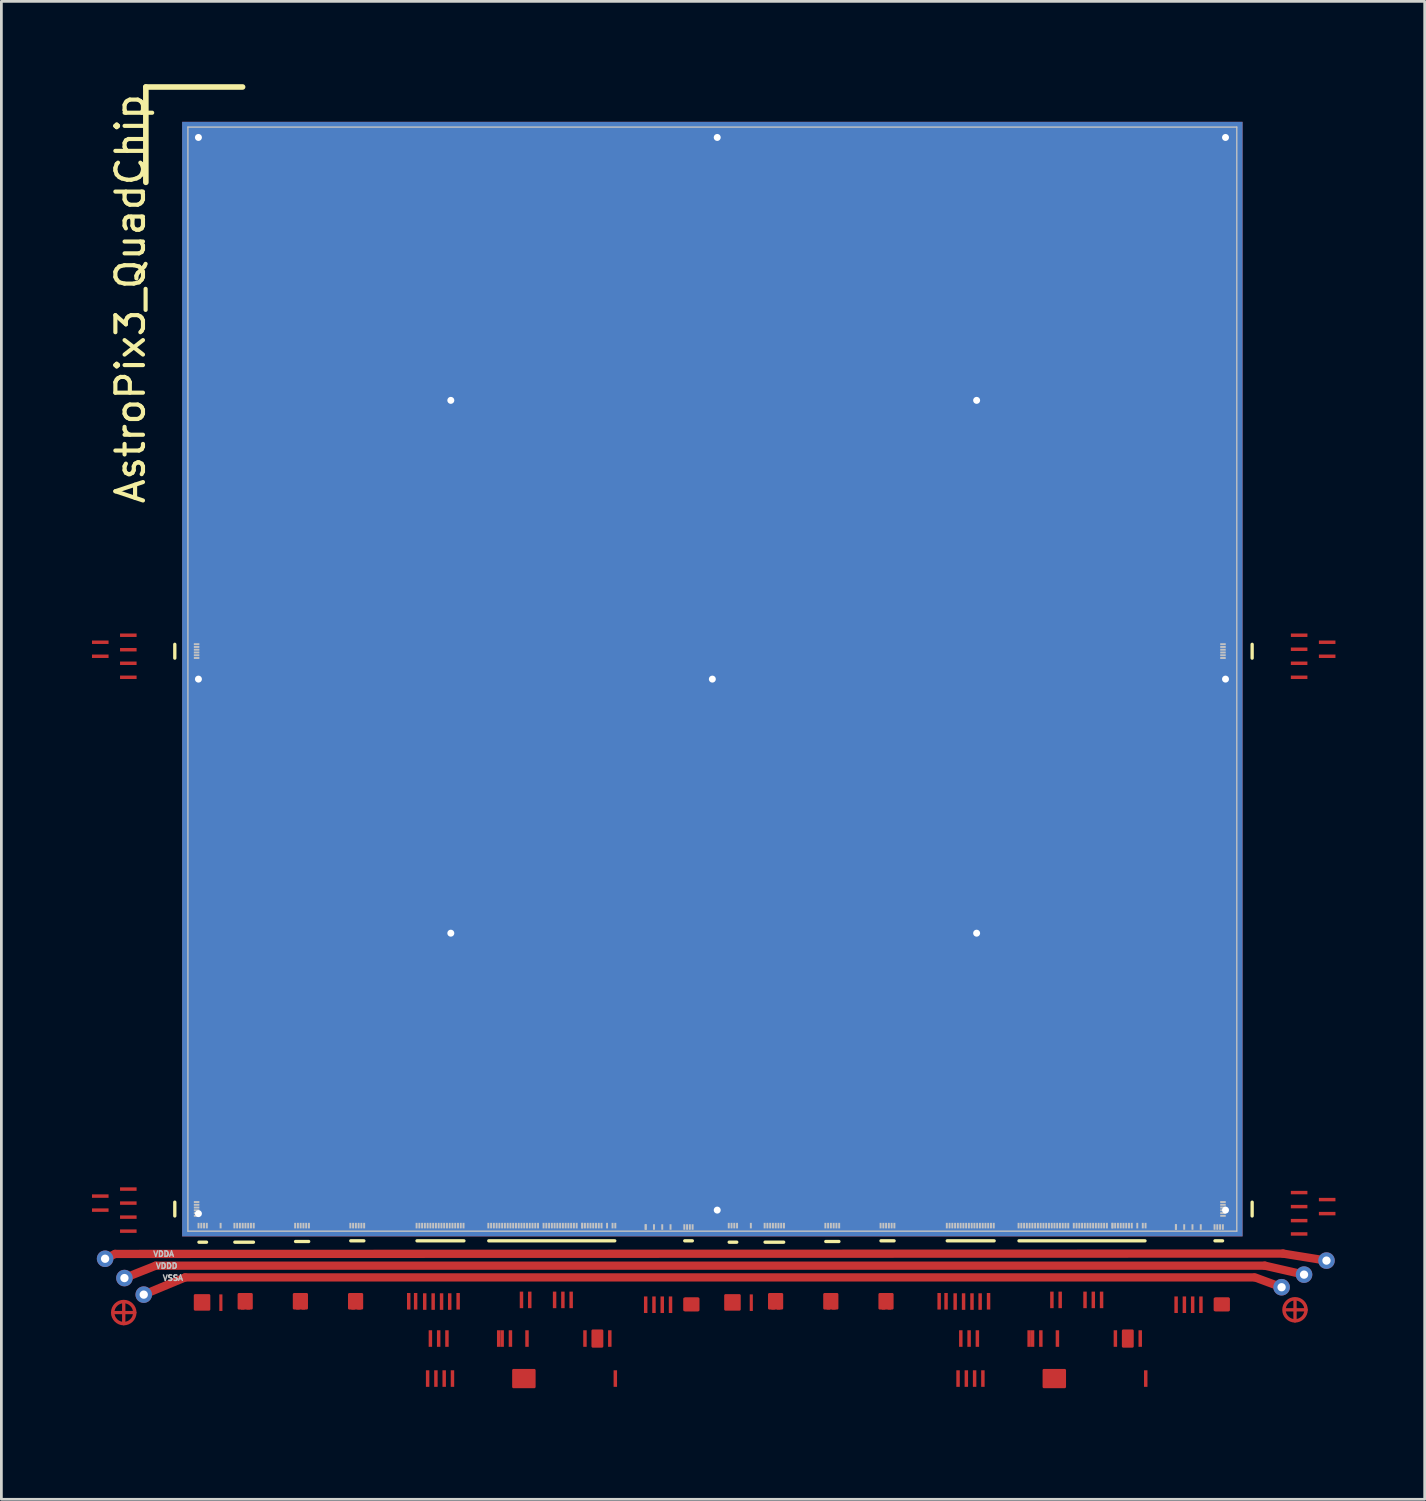
<source format=kicad_pcb>
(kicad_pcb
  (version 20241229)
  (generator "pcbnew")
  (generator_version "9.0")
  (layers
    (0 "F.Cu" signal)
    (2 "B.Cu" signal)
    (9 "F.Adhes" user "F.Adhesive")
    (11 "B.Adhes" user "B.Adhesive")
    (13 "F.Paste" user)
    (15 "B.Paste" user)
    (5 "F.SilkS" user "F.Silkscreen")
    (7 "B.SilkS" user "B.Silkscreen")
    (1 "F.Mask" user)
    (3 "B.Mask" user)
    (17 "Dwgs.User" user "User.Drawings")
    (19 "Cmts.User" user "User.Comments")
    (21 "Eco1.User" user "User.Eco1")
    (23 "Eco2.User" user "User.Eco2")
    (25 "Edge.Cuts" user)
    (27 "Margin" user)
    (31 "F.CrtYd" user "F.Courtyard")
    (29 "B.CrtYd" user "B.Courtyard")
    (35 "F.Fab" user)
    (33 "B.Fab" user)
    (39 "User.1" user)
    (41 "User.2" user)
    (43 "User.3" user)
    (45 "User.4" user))
  (footprint "AstroPix3_QuadChip"
    (layer "F.Cu")
    (at 3.758 41.554)
    (property "Reference" "AstroPix3_QuadChip" (at -2.083 -33.782 90) (layer "F.SilkS") (effects (font (size 1 1) (thickness 0.15))))
    (attr through_hole)
    (fp_line (start -3 1) (end -2.635 0.825) (stroke (width 0.3) (type solid)) (layer "F.Cu"))
    (fp_line (start -2.675 2.95) (end -1.925 2.95) (stroke (width 0.12) (type solid)) (layer "F.Cu"))
    (fp_line (start -2.635 0.825) (end 39.675 0.813) (stroke (width 0.3) (type solid)) (layer "F.Cu"))
    (fp_line (start -2.325 2.6) (end -2.325 3.35) (stroke (width 0.12) (type solid)) (layer "F.Cu"))
    (fp_line (start -2.3 1.7) (end -1.165 1.25) (stroke (width 0.3) (type solid)) (layer "F.Cu"))
    (fp_line (start -1.6 2.3) (end -0.1 1.675) (stroke (width 0.3) (type solid)) (layer "F.Cu"))
    (fp_line (start -1.165 1.25) (end 39.014 1.25) (stroke (width 0.3) (type solid)) (layer "F.Cu"))
    (fp_line (start -0.1 1.675) (end 38.608 1.676) (stroke (width 0.3) (type solid)) (layer "F.Cu"))
    (fp_line (start 38.659 1.676) (end 39.624 2.032) (stroke (width 0.3) (type default)) (layer "F.Cu"))
    (fp_line (start 39.014 1.25) (end 40.437 1.575) (stroke (width 0.3) (type default)) (layer "F.Cu"))
    (fp_line (start 39.675 0.813) (end 41.25 1.067) (stroke (width 0.3) (type default)) (layer "F.Cu"))
    (fp_line (start 39.76 2.85) (end 40.51 2.85) (stroke (width 0.12) (type solid)) (layer "F.Cu"))
    (fp_line (start 40.11 2.5) (end 40.11 3.25) (stroke (width 0.12) (type solid)) (layer "F.Cu"))
    (fp_circle (center -2.325 2.95) (end -1.925 2.95) (stroke (width 0.125) (type solid)) (fill no) (layer "F.Cu"))
    (fp_circle (center 40.11 2.85) (end 40.51 2.85) (stroke (width 0.125) (type solid)) (fill no) (layer "F.Cu"))
    (fp_poly (pts (xy 0.762 2.831) (xy 0.263 2.831) (xy 0.263 2.331) (xy 0.762 2.331)) (stroke (width 0.1) (type solid)) (fill yes) (layer "F.Cu"))
    (fp_poly (pts (xy 2.3 2.791) (xy 1.85 2.791) (xy 1.85 2.291) (xy 2.3 2.291)) (stroke (width 0.1) (type solid)) (fill yes) (layer "F.Cu"))
    (fp_poly (pts (xy 4.3 2.791) (xy 3.85 2.791) (xy 3.85 2.291) (xy 4.3 2.291)) (stroke (width 0.1) (type solid)) (fill yes) (layer "F.Cu"))
    (fp_poly (pts (xy 6.3 2.791) (xy 5.85 2.791) (xy 5.85 2.291) (xy 6.3 2.291)) (stroke (width 0.1) (type solid)) (fill yes) (layer "F.Cu"))
    (fp_poly (pts (xy 12.547 5.641) (xy 11.797 5.641) (xy 11.797 5.041) (xy 12.547 5.041)) (stroke (width 0.1) (type solid)) (fill yes) (layer "F.Cu"))
    (fp_poly (pts (xy 15 4.171) (xy 14.67 4.171) (xy 14.67 3.611) (xy 15 3.611)) (stroke (width 0.1) (type solid)) (fill yes) (layer "F.Cu"))
    (fp_poly (pts (xy 18.485 2.854) (xy 17.995 2.854) (xy 17.995 2.454) (xy 18.485 2.454)) (stroke (width 0.1) (type solid)) (fill yes) (layer "F.Cu"))
    (fp_poly (pts (xy 19.979 2.831) (xy 19.479 2.831) (xy 19.479 2.331) (xy 19.979 2.331)) (stroke (width 0.1) (type solid)) (fill yes) (layer "F.Cu"))
    (fp_poly (pts (xy 21.517 2.791) (xy 21.067 2.791) (xy 21.067 2.291) (xy 21.517 2.291)) (stroke (width 0.1) (type solid)) (fill yes) (layer "F.Cu"))
    (fp_poly (pts (xy 23.517 2.791) (xy 23.067 2.791) (xy 23.067 2.291) (xy 23.517 2.291)) (stroke (width 0.1) (type solid)) (fill yes) (layer "F.Cu"))
    (fp_poly (pts (xy 25.517 2.791) (xy 25.067 2.791) (xy 25.067 2.291) (xy 25.517 2.291)) (stroke (width 0.1) (type solid)) (fill yes) (layer "F.Cu"))
    (fp_poly (pts (xy 31.764 5.641) (xy 31.014 5.641) (xy 31.014 5.041) (xy 31.764 5.041)) (stroke (width 0.1) (type solid)) (fill yes) (layer "F.Cu"))
    (fp_poly (pts (xy 34.217 4.171) (xy 33.887 4.171) (xy 33.887 3.611) (xy 34.217 3.611)) (stroke (width 0.1) (type solid)) (fill yes) (layer "F.Cu"))
    (fp_poly (pts (xy 37.702 2.854) (xy 37.212 2.854) (xy 37.212 2.454) (xy 37.702 2.454)) (stroke (width 0.1) (type solid)) (fill yes) (layer "F.Cu"))
    (fp_rect (start 7.958 2.88) (end 15.836 6.004) (stroke (width 0.12) (type solid)) (fill yes) (layer "F.Mask"))
    (fp_rect (start 27.044 2.87) (end 34.995 6.004) (stroke (width 0.12) (type solid)) (fill yes) (layer "F.Mask"))
    (fp_circle (center -2.325 2.95) (end -1.95 2.95) (stroke (width 0.2) (type solid)) (fill yes) (layer "F.Mask"))
    (fp_circle (center 40.11 2.85) (end 40.485 2.85) (stroke (width 0.2) (type solid)) (fill yes) (layer "F.Mask"))
    (fp_poly (pts (xy 23.85 -0.4) (xy 20.65 -0.4) (xy 20.65 -1.25) (xy 23.85 -1.25)) (stroke (width 0.1) (type solid)) (fill yes) (layer "F.Mask"))
    (fp_poly (pts (xy 39.342 0.207) (xy 39.421 3.251) (xy 40.11 3.225) (xy 41.758 2.184) (xy 41.755 0.207)) (stroke (width 0.1) (type solid)) (fill yes) (layer "F.Mask"))
    (fp_poly (pts (xy 39.421 3.251) (xy 15.9 3.251) (xy -1.168 3.251) (xy -1.1 -41) (xy 39.37 -40.996)) (stroke (width 0.1) (type solid)) (fill yes) (layer "F.Mask"))
    (fp_poly (pts (xy -3.705 0.081) (xy -3.708 1.27) (xy -2.7 2.95) (xy -2.032 3.251) (xy -1.168 3.251) (xy -1.219 0.102)) (stroke (width 0.1) (type solid)) (fill yes) (layer "F.Mask"))
    (fp_poly (pts (xy -1.038 0.081) (xy -3.705 0.081) (xy -3.708 -1.626) (xy -3.404 -1.829) (xy -1.981 -1.829) (xy -1.038 -2.54)) (stroke (width 0.1) (type solid)) (fill yes) (layer "F.Mask"))
    (fp_poly (pts (xy 41.755 -1.321) (xy 41.755 0.207) (xy 39.342 0.207) (xy 39.342 -2.489) (xy 40.132 -1.575) (xy 41.402 -1.575)) (stroke (width 0.1) (type solid)) (fill yes) (layer "F.Mask"))
    (fp_poly (pts (xy -1.016 -19.761) (xy -1.321 -19.89) (xy -2.743 -19.89) (xy -3.708 -20.472) (xy -3.708 -21.59) (xy -2.946 -21.829) (xy -1.372 -21.829) (xy -1.016 -21.946)) (stroke (width 0.1) (type solid)) (fill yes) (layer "F.Mask"))
    (fp_poly (pts (xy 41.758 -20.422) (xy 40.691 -19.916) (xy 39.675 -19.916) (xy 39.218 -19.507) (xy 39.218 -22.098) (xy 39.624 -21.805) (xy 40.792 -21.805) (xy 41.758 -21.59)) (stroke (width 0.1) (type solid)) (fill yes) (layer "F.Mask"))
    (fp_rect (start -0.508 -40.513) (end 38.608 0.508) (stroke (width 0.12) (type solid)) (fill yes) (layer "B.Mask"))
    (fp_line (start -1.524 -41.453) (end 1.981 -41.453) (stroke (width 0.203) (type default)) (layer "F.SilkS"))
    (fp_line (start -1.524 -37.998) (end -1.524 -41.453) (stroke (width 0.203) (type default)) (layer "F.SilkS"))
    (fp_line (start -0.475 -20.76) (end -0.475 -21.26) (stroke (width 0.12) (type solid)) (layer "F.SilkS"))
    (fp_line (start -0.475 -0.55) (end -0.475 -1.05) (stroke (width 0.12) (type solid)) (layer "F.SilkS"))
    (fp_line (start 0.4 0.4) (end 0.675 0.4) (stroke (width 0.12) (type solid)) (layer "F.SilkS"))
    (fp_line (start 1.7 0.4) (end 2.375 0.4) (stroke (width 0.12) (type solid)) (layer "F.SilkS"))
    (fp_line (start 3.9 0.375) (end 4.375 0.375) (stroke (width 0.12) (type solid)) (layer "F.SilkS"))
    (fp_line (start 5.9 0.35) (end 6.375 0.35) (stroke (width 0.12) (type solid)) (layer "F.SilkS"))
    (fp_line (start 8.3 0.35) (end 10 0.35) (stroke (width 0.12) (type solid)) (layer "F.SilkS"))
    (fp_line (start 10.9 0.35) (end 15.465 0.35) (stroke (width 0.12) (type solid)) (layer "F.SilkS"))
    (fp_line (start 18 0.35) (end 18.275 0.35) (stroke (width 0.12) (type solid)) (layer "F.SilkS"))
    (fp_line (start 19.61 0.4) (end 19.885 0.4) (stroke (width 0.12) (type solid)) (layer "F.SilkS"))
    (fp_line (start 20.91 0.4) (end 21.585 0.4) (stroke (width 0.12) (type solid)) (layer "F.SilkS"))
    (fp_line (start 23.11 0.375) (end 23.585 0.375) (stroke (width 0.12) (type solid)) (layer "F.SilkS"))
    (fp_line (start 25.11 0.35) (end 25.585 0.35) (stroke (width 0.12) (type solid)) (layer "F.SilkS"))
    (fp_line (start 27.51 0.35) (end 29.21 0.35) (stroke (width 0.12) (type solid)) (layer "F.SilkS"))
    (fp_line (start 30.11 0.35) (end 34.675 0.35) (stroke (width 0.12) (type solid)) (layer "F.SilkS"))
    (fp_line (start 37.21 0.35) (end 37.485 0.35) (stroke (width 0.12) (type solid)) (layer "F.SilkS"))
    (fp_line (start 38.557 -20.76) (end 38.557 -21.26) (stroke (width 0.12) (type solid)) (layer "F.SilkS"))
    (fp_line (start 38.557 -0.55) (end 38.557 -1.05) (stroke (width 0.12) (type solid)) (layer "F.SilkS"))
    (fp_line (start 0 -40) (end 0 0) (stroke (width 0.05) (type solid)) (layer "Dwgs.User"))
    (fp_line (start 38 -40) (end 0 -40) (stroke (width 0.05) (type solid)) (layer "Dwgs.User"))
    (fp_line (start 38 -40) (end 38 0) (stroke (width 0.05) (type solid)) (layer "Dwgs.User"))
    (fp_line (start 38 0) (end 0 0) (stroke (width 0.05) (type solid)) (layer "Dwgs.User"))
    (fp_line (start -3.175 -21.336) (end 0.36 -21.16) (stroke (width 0.05) (type solid)) (layer "User.2"))
    (fp_line (start -3.175 -20.828) (end 0.32 -20.96) (stroke (width 0.05) (type solid)) (layer "User.2"))
    (fp_line (start -3.175 -1.27) (end 0.356 -0.95) (stroke (width 0.05) (type solid)) (layer "User.2"))
    (fp_line (start -3.175 -0.762) (end 0.32 -0.75) (stroke (width 0.05) (type solid)) (layer "User.2"))
    (fp_line (start -2.159 -21.59) (end 0.325 -21.265) (stroke (width 0.05) (type solid)) (layer "User.2"))
    (fp_line (start -2.159 -21.061) (end 0.367 -21.069) (stroke (width 0.05) (type solid)) (layer "User.2"))
    (fp_line (start -2.159 -20.574) (end 0.365 -20.865) (stroke (width 0.05) (type solid)) (layer "User.2"))
    (fp_line (start -2.159 -20.066) (end 0.34 -20.758) (stroke (width 0.05) (type solid)) (layer "User.2"))
    (fp_line (start -2.159 -1.524) (end 0.325 -1.055) (stroke (width 0.05) (type solid)) (layer "User.2"))
    (fp_line (start -2.159 -1.016) (end 0.305 -0.859) (stroke (width 0.05) (type solid)) (layer "User.2"))
    (fp_line (start -2.159 -0.508) (end 0.305 -0.655) (stroke (width 0.05) (type solid)) (layer "User.2"))
    (fp_line (start -2.159 0) (end 0.305 -0.559) (stroke (width 0.05) (type solid)) (layer "User.2"))
    (fp_line (start 0.386 -0.156) (end 0.394 2.539) (stroke (width 0.05) (type solid)) (layer "User.2"))
    (fp_line (start 0.481 -0.156) (end 0.489 2.539) (stroke (width 0.05) (type solid)) (layer "User.2"))
    (fp_line (start 0.586 -0.161) (end 0.594 2.534) (stroke (width 0.05) (type solid)) (layer "User.2"))
    (fp_line (start 0.688 -0.164) (end 0.695 2.531) (stroke (width 0.05) (type solid)) (layer "User.2"))
    (fp_line (start 1.181 -0.181) (end 1.185 2.841) (stroke (width 0.05) (type solid)) (layer "User.2"))
    (fp_line (start 1.685 -0.19) (end 1.685 1.605) (stroke (width 0.05) (type solid)) (layer "User.2"))
    (fp_line (start 1.785 -0.193) (end 1.785 1.603) (stroke (width 0.05) (type solid)) (layer "User.2"))
    (fp_line (start 1.88 -0.2) (end 1.88 0.81) (stroke (width 0.05) (type solid)) (layer "User.2"))
    (fp_line (start 1.981 -0.166) (end 1.989 2.529) (stroke (width 0.05) (type solid)) (layer "User.2"))
    (fp_line (start 2.085 -0.205) (end 2.085 0.805) (stroke (width 0.05) (type solid)) (layer "User.2"))
    (fp_line (start 2.176 -0.171) (end 2.18 2.541) (stroke (width 0.05) (type solid)) (layer "User.2"))
    (fp_line (start 2.285 -0.198) (end 2.285 1.597) (stroke (width 0.05) (type solid)) (layer "User.2"))
    (fp_line (start 2.385 -0.198) (end 2.385 1.597) (stroke (width 0.05) (type solid)) (layer "User.2"))
    (fp_line (start 3.885 -0.195) (end 3.885 0.815) (stroke (width 0.05) (type solid)) (layer "User.2"))
    (fp_line (start 3.98 -0.171) (end 3.98 2.541) (stroke (width 0.05) (type solid)) (layer "User.2"))
    (fp_line (start 4.085 -0.195) (end 4.085 0.815) (stroke (width 0.05) (type solid)) (layer "User.2"))
    (fp_line (start 4.191 -0.156) (end 4.199 2.539) (stroke (width 0.05) (type solid)) (layer "User.2"))
    (fp_line (start 4.285 -0.193) (end 4.285 1.603) (stroke (width 0.05) (type solid)) (layer "User.2"))
    (fp_line (start 4.385 -0.193) (end 4.385 1.603) (stroke (width 0.05) (type solid)) (layer "User.2"))
    (fp_line (start 5.885 -0.205) (end 5.885 0.805) (stroke (width 0.05) (type solid)) (layer "User.2"))
    (fp_line (start 5.975 -0.141) (end 5.975 2.541) (stroke (width 0.05) (type solid)) (layer "User.2"))
    (fp_line (start 6.085 -0.2) (end 6.085 0.81) (stroke (width 0.05) (type solid)) (layer "User.2"))
    (fp_line (start 6.186 -0.156) (end 6.194 2.539) (stroke (width 0.05) (type solid)) (layer "User.2"))
    (fp_line (start 6.285 -0.193) (end 6.285 1.603) (stroke (width 0.05) (type solid)) (layer "User.2"))
    (fp_line (start 6.385 -0.193) (end 6.385 1.603) (stroke (width 0.05) (type solid)) (layer "User.2"))
    (fp_line (start 8.29 -0.164) (end 8 2.541) (stroke (width 0.05) (type solid)) (layer "User.2"))
    (fp_line (start 8.385 -0.156) (end 8.25 2.541) (stroke (width 0.05) (type solid)) (layer "User.2"))
    (fp_line (start 8.485 -0.195) (end 8.485 1.21) (stroke (width 0.05) (type solid)) (layer "User.2"))
    (fp_line (start 8.586 -0.156) (end 8.594 2.539) (stroke (width 0.05) (type solid)) (layer "User.2"))
    (fp_line (start 8.69 -0.156) (end 8.69 5.336) (stroke (width 0.05) (type solid)) (layer "User.2"))
    (fp_line (start 8.781 -0.181) (end 8.785 3.951) (stroke (width 0.05) (type solid)) (layer "User.2"))
    (fp_line (start 8.881 -0.156) (end 8.889 2.539) (stroke (width 0.05) (type solid)) (layer "User.2"))
    (fp_line (start 8.985 -0.146) (end 8.985 5.346) (stroke (width 0.05) (type solid)) (layer "User.2"))
    (fp_line (start 9.086 -0.156) (end 9.09 3.976) (stroke (width 0.05) (type solid)) (layer "User.2"))
    (fp_line (start 9.186 -0.161) (end 9.194 2.534) (stroke (width 0.05) (type solid)) (layer "User.2"))
    (fp_line (start 9.295 -0.156) (end 9.295 5.336) (stroke (width 0.05) (type solid)) (layer "User.2"))
    (fp_line (start 9.381 -0.156) (end 9.385 3.976) (stroke (width 0.05) (type solid)) (layer "User.2"))
    (fp_line (start 9.481 -0.156) (end 9.489 2.539) (stroke (width 0.05) (type solid)) (layer "User.2"))
    (fp_line (start 9.58 -0.131) (end 9.58 5.361) (stroke (width 0.05) (type solid)) (layer "User.2"))
    (fp_line (start 9.685 -0.193) (end 9.685 1.212) (stroke (width 0.05) (type solid)) (layer "User.2"))
    (fp_line (start 9.776 -0.156) (end 9.784 2.539) (stroke (width 0.05) (type solid)) (layer "User.2"))
    (fp_line (start 10.885 -0.193) (end 10.885 1.603) (stroke (width 0.05) (type solid)) (layer "User.2"))
    (fp_line (start 10.99 -0.188) (end 10.99 1.607) (stroke (width 0.05) (type solid)) (layer "User.2"))
    (fp_line (start 11.085 -0.19) (end 11.085 0.82) (stroke (width 0.05) (type solid)) (layer "User.2"))
    (fp_line (start 11.185 -0.195) (end 11.185 0.815) (stroke (width 0.05) (type solid)) (layer "User.2"))
    (fp_line (start 11.285 -0.141) (end 11.26 3.881) (stroke (width 0.05) (type solid)) (layer "User.2"))
    (fp_line (start 11.386 -0.161) (end 11.39 3.971) (stroke (width 0.05) (type solid)) (layer "User.2"))
    (fp_line (start 11.885 -0.161) (end 11.885 5.331) (stroke (width 0.05) (type solid)) (layer "User.2"))
    (fp_line (start 11.985 -0.2) (end 11.985 0.81) (stroke (width 0.05) (type solid)) (layer "User.2"))
    (fp_line (start 12.086 -0.156) (end 12.094 2.539) (stroke (width 0.05) (type solid)) (layer "User.2"))
    (fp_line (start 12.18 -0.146) (end 12.18 5.346) (stroke (width 0.05) (type solid)) (layer "User.2"))
    (fp_line (start 12.386 -0.151) (end 12.394 2.544) (stroke (width 0.05) (type solid)) (layer "User.2"))
    (fp_line (start 12.49 -0.141) (end 12.49 5.351) (stroke (width 0.05) (type solid)) (layer "User.2"))
    (fp_line (start 12.585 -0.2) (end 12.585 0.81) (stroke (width 0.05) (type solid)) (layer "User.2"))
    (fp_line (start 13.085 -0.198) (end 13.085 1.597) (stroke (width 0.05) (type solid)) (layer "User.2"))
    (fp_line (start 13.185 -0.195) (end 13.185 0.815) (stroke (width 0.05) (type solid)) (layer "User.2"))
    (fp_line (start 13.281 -0.151) (end 13.289 2.544) (stroke (width 0.05) (type solid)) (layer "User.2"))
    (fp_line (start 13.785 -0.2) (end 13.785 0.81) (stroke (width 0.05) (type solid)) (layer "User.2"))
    (fp_line (start 13.876 -0.156) (end 13.884 2.539) (stroke (width 0.05) (type solid)) (layer "User.2"))
    (fp_line (start 14.485 -0.203) (end 14.485 1.593) (stroke (width 0.05) (type solid)) (layer "User.2"))
    (fp_line (start 14.585 -0.2) (end 14.585 0.81) (stroke (width 0.05) (type solid)) (layer "User.2"))
    (fp_line (start 14.691 -0.156) (end 14.695 3.976) (stroke (width 0.05) (type solid)) (layer "User.2"))
    (fp_line (start 14.785 -0.198) (end 14.785 1.597) (stroke (width 0.05) (type solid)) (layer "User.2"))
    (fp_line (start 14.885 -0.2) (end 14.885 0.81) (stroke (width 0.05) (type solid)) (layer "User.2"))
    (fp_line (start 14.986 -0.181) (end 14.99 3.951) (stroke (width 0.05) (type solid)) (layer "User.2"))
    (fp_line (start 15.185 -0.169) (end 15.3 3.896) (stroke (width 0.05) (type solid)) (layer "User.2"))
    (fp_line (start 15.39 -0.198) (end 15.39 1.208) (stroke (width 0.05) (type solid)) (layer "User.2"))
    (fp_line (start 15.475 -0.141) (end 15.475 5.351) (stroke (width 0.05) (type solid)) (layer "User.2"))
    (fp_line (start 16.586 -0.131) (end 16.594 2.564) (stroke (width 0.05) (type solid)) (layer "User.2"))
    (fp_line (start 16.881 -0.116) (end 16.889 2.579) (stroke (width 0.05) (type solid)) (layer "User.2"))
    (fp_line (start 17.181 -0.111) (end 17.189 2.584) (stroke (width 0.05) (type solid)) (layer "User.2"))
    (fp_line (start 17.486 -0.121) (end 17.494 2.574) (stroke (width 0.05) (type solid)) (layer "User.2"))
    (fp_line (start 17.986 -0.111) (end 17.994 2.584) (stroke (width 0.05) (type solid)) (layer "User.2"))
    (fp_line (start 18.071 -0.111) (end 18.079 2.584) (stroke (width 0.05) (type solid)) (layer "User.2"))
    (fp_line (start 18.181 -0.121) (end 18.189 2.574) (stroke (width 0.05) (type solid)) (layer "User.2"))
    (fp_line (start 18.281 -0.111) (end 18.289 2.584) (stroke (width 0.05) (type solid)) (layer "User.2"))
    (fp_line (start 19.603 -0.156) (end 19.611 2.539) (stroke (width 0.05) (type solid)) (layer "User.2"))
    (fp_line (start 19.698 -0.156) (end 19.706 2.539) (stroke (width 0.05) (type solid)) (layer "User.2"))
    (fp_line (start 19.803 -0.161) (end 19.811 2.534) (stroke (width 0.05) (type solid)) (layer "User.2"))
    (fp_line (start 19.904 -0.164) (end 19.912 2.531) (stroke (width 0.05) (type solid)) (layer "User.2"))
    (fp_line (start 20.398 -0.181) (end 20.402 2.841) (stroke (width 0.05) (type solid)) (layer "User.2"))
    (fp_line (start 20.895 -0.19) (end 20.895 1.605) (stroke (width 0.05) (type solid)) (layer "User.2"))
    (fp_line (start 20.995 -0.193) (end 20.995 1.603) (stroke (width 0.05) (type solid)) (layer "User.2"))
    (fp_line (start 21.09 -0.2) (end 21.09 0.81) (stroke (width 0.05) (type solid)) (layer "User.2"))
    (fp_line (start 21.198 -0.166) (end 21.206 2.529) (stroke (width 0.05) (type solid)) (layer "User.2"))
    (fp_line (start 21.295 -0.205) (end 21.295 0.805) (stroke (width 0.05) (type solid)) (layer "User.2"))
    (fp_line (start 21.393 -0.171) (end 21.397 2.541) (stroke (width 0.05) (type solid)) (layer "User.2"))
    (fp_line (start 21.495 -0.198) (end 21.495 1.597) (stroke (width 0.05) (type solid)) (layer "User.2"))
    (fp_line (start 21.595 -0.198) (end 21.595 1.597) (stroke (width 0.05) (type solid)) (layer "User.2"))
    (fp_line (start 23.095 -0.195) (end 23.095 0.815) (stroke (width 0.05) (type solid)) (layer "User.2"))
    (fp_line (start 23.197 -0.171) (end 23.197 2.541) (stroke (width 0.05) (type solid)) (layer "User.2"))
    (fp_line (start 23.295 -0.195) (end 23.295 0.815) (stroke (width 0.05) (type solid)) (layer "User.2"))
    (fp_line (start 23.408 -0.156) (end 23.416 2.539) (stroke (width 0.05) (type solid)) (layer "User.2"))
    (fp_line (start 23.495 -0.193) (end 23.495 1.603) (stroke (width 0.05) (type solid)) (layer "User.2"))
    (fp_line (start 23.595 -0.193) (end 23.595 1.603) (stroke (width 0.05) (type solid)) (layer "User.2"))
    (fp_line (start 25.095 -0.205) (end 25.095 0.805) (stroke (width 0.05) (type solid)) (layer "User.2"))
    (fp_line (start 25.192 -0.141) (end 25.192 2.541) (stroke (width 0.05) (type solid)) (layer "User.2"))
    (fp_line (start 25.295 -0.2) (end 25.295 0.81) (stroke (width 0.05) (type solid)) (layer "User.2"))
    (fp_line (start 25.403 -0.156) (end 25.411 2.539) (stroke (width 0.05) (type solid)) (layer "User.2"))
    (fp_line (start 25.495 -0.193) (end 25.495 1.603) (stroke (width 0.05) (type solid)) (layer "User.2"))
    (fp_line (start 25.595 -0.193) (end 25.595 1.603) (stroke (width 0.05) (type solid)) (layer "User.2"))
    (fp_line (start 27.507 -0.164) (end 27.217 2.541) (stroke (width 0.05) (type solid)) (layer "User.2"))
    (fp_line (start 27.602 -0.156) (end 27.467 2.541) (stroke (width 0.05) (type solid)) (layer "User.2"))
    (fp_line (start 27.695 -0.195) (end 27.695 1.21) (stroke (width 0.05) (type solid)) (layer "User.2"))
    (fp_line (start 27.803 -0.156) (end 27.811 2.539) (stroke (width 0.05) (type solid)) (layer "User.2"))
    (fp_line (start 27.907 -0.156) (end 27.907 5.336) (stroke (width 0.05) (type solid)) (layer "User.2"))
    (fp_line (start 27.998 -0.181) (end 28.002 3.951) (stroke (width 0.05) (type solid)) (layer "User.2"))
    (fp_line (start 28.098 -0.156) (end 28.106 2.539) (stroke (width 0.05) (type solid)) (layer "User.2"))
    (fp_line (start 28.202 -0.146) (end 28.202 5.346) (stroke (width 0.05) (type solid)) (layer "User.2"))
    (fp_line (start 28.303 -0.156) (end 28.307 3.976) (stroke (width 0.05) (type solid)) (layer "User.2"))
    (fp_line (start 28.403 -0.161) (end 28.411 2.534) (stroke (width 0.05) (type solid)) (layer "User.2"))
    (fp_line (start 28.512 -0.156) (end 28.512 5.336) (stroke (width 0.05) (type solid)) (layer "User.2"))
    (fp_line (start 28.598 -0.156) (end 28.602 3.976) (stroke (width 0.05) (type solid)) (layer "User.2"))
    (fp_line (start 28.698 -0.156) (end 28.706 2.539) (stroke (width 0.05) (type solid)) (layer "User.2"))
    (fp_line (start 28.797 -0.131) (end 28.797 5.361) (stroke (width 0.05) (type solid)) (layer "User.2"))
    (fp_line (start 28.895 -0.193) (end 28.895 1.212) (stroke (width 0.05) (type solid)) (layer "User.2"))
    (fp_line (start 28.993 -0.156) (end 29.001 2.539) (stroke (width 0.05) (type solid)) (layer "User.2"))
    (fp_line (start 30.095 -0.193) (end 30.095 1.603) (stroke (width 0.05) (type solid)) (layer "User.2"))
    (fp_line (start 30.2 -0.188) (end 30.2 1.607) (stroke (width 0.05) (type solid)) (layer "User.2"))
    (fp_line (start 30.295 -0.19) (end 30.295 0.82) (stroke (width 0.05) (type solid)) (layer "User.2"))
    (fp_line (start 30.395 -0.195) (end 30.395 0.815) (stroke (width 0.05) (type solid)) (layer "User.2"))
    (fp_line (start 30.502 -0.141) (end 30.477 3.881) (stroke (width 0.05) (type solid)) (layer "User.2"))
    (fp_line (start 30.603 -0.161) (end 30.607 3.971) (stroke (width 0.05) (type solid)) (layer "User.2"))
    (fp_line (start 31.102 -0.161) (end 31.102 5.331) (stroke (width 0.05) (type solid)) (layer "User.2"))
    (fp_line (start 31.195 -0.2) (end 31.195 0.81) (stroke (width 0.05) (type solid)) (layer "User.2"))
    (fp_line (start 31.303 -0.156) (end 31.311 2.539) (stroke (width 0.05) (type solid)) (layer "User.2"))
    (fp_line (start 31.397 -0.146) (end 31.397 5.346) (stroke (width 0.05) (type solid)) (layer "User.2"))
    (fp_line (start 31.603 -0.151) (end 31.611 2.544) (stroke (width 0.05) (type solid)) (layer "User.2"))
    (fp_line (start 31.707 -0.141) (end 31.707 5.351) (stroke (width 0.05) (type solid)) (layer "User.2"))
    (fp_line (start 31.795 -0.2) (end 31.795 0.81) (stroke (width 0.05) (type solid)) (layer "User.2"))
    (fp_line (start 32.295 -0.198) (end 32.295 1.597) (stroke (width 0.05) (type solid)) (layer "User.2"))
    (fp_line (start 32.395 -0.195) (end 32.395 0.815) (stroke (width 0.05) (type solid)) (layer "User.2"))
    (fp_line (start 32.498 -0.151) (end 32.506 2.544) (stroke (width 0.05) (type solid)) (layer "User.2"))
    (fp_line (start 32.995 -0.2) (end 32.995 0.81) (stroke (width 0.05) (type solid)) (layer "User.2"))
    (fp_line (start 33.093 -0.156) (end 33.101 2.539) (stroke (width 0.05) (type solid)) (layer "User.2"))
    (fp_line (start 33.695 -0.203) (end 33.695 1.593) (stroke (width 0.05) (type solid)) (layer "User.2"))
    (fp_line (start 33.795 -0.2) (end 33.795 0.81) (stroke (width 0.05) (type solid)) (layer "User.2"))
    (fp_line (start 33.908 -0.156) (end 33.912 3.976) (stroke (width 0.05) (type solid)) (layer "User.2"))
    (fp_line (start 33.995 -0.198) (end 33.995 1.597) (stroke (width 0.05) (type solid)) (layer "User.2"))
    (fp_line (start 34.095 -0.2) (end 34.095 0.81) (stroke (width 0.05) (type solid)) (layer "User.2"))
    (fp_line (start 34.203 -0.181) (end 34.207 3.951) (stroke (width 0.05) (type solid)) (layer "User.2"))
    (fp_line (start 34.402 -0.169) (end 34.517 3.896) (stroke (width 0.05) (type solid)) (layer "User.2"))
    (fp_line (start 34.6 -0.198) (end 34.6 1.208) (stroke (width 0.05) (type solid)) (layer "User.2"))
    (fp_line (start 34.692 -0.141) (end 34.692 5.351) (stroke (width 0.05) (type solid)) (layer "User.2"))
    (fp_line (start 35.803 -0.131) (end 35.811 2.564) (stroke (width 0.05) (type solid)) (layer "User.2"))
    (fp_line (start 36.098 -0.116) (end 36.106 2.579) (stroke (width 0.05) (type solid)) (layer "User.2"))
    (fp_line (start 36.398 -0.111) (end 36.406 2.584) (stroke (width 0.05) (type solid)) (layer "User.2"))
    (fp_line (start 36.703 -0.121) (end 36.711 2.574) (stroke (width 0.05) (type solid)) (layer "User.2"))
    (fp_line (start 37.203 -0.111) (end 37.211 2.584) (stroke (width 0.05) (type solid)) (layer "User.2"))
    (fp_line (start 37.288 -0.111) (end 37.296 2.584) (stroke (width 0.05) (type solid)) (layer "User.2"))
    (fp_line (start 37.398 -0.121) (end 37.406 2.574) (stroke (width 0.05) (type solid)) (layer "User.2"))
    (fp_line (start 37.49 -0.559) (end 40.234 0.102) (stroke (width 0.05) (type solid)) (layer "User.2"))
    (fp_line (start 37.498 -0.111) (end 37.506 2.584) (stroke (width 0.05) (type solid)) (layer "User.2"))
    (fp_line (start 37.5 -21.07) (end 40.259 -21.082) (stroke (width 0.05) (type solid)) (layer "User.2"))
    (fp_line (start 37.5 -0.86) (end 40.259 -0.889) (stroke (width 0.05) (type solid)) (layer "User.2"))
    (fp_line (start 37.508 -21.161) (end 41.3 -21.336) (stroke (width 0.05) (type solid)) (layer "User.2"))
    (fp_line (start 37.508 -0.951) (end 41.148 -1.143) (stroke (width 0.05) (type solid)) (layer "User.2"))
    (fp_line (start 37.51 -20.777) (end 40.284 -20.066) (stroke (width 0.05) (type solid)) (layer "User.2"))
    (fp_line (start 37.513 -21.261) (end 40.132 -21.59) (stroke (width 0.05) (type solid)) (layer "User.2"))
    (fp_line (start 37.513 -1.051) (end 40.259 -1.397) (stroke (width 0.05) (type solid)) (layer "User.2"))
    (fp_line (start 37.523 -20.866) (end 40.259 -20.574) (stroke (width 0.05) (type solid)) (layer "User.2"))
    (fp_line (start 37.523 -0.656) (end 40.259 -0.381) (stroke (width 0.05) (type solid)) (layer "User.2"))
    (fp_line (start 37.528 -20.961) (end 41.25 -20.828) (stroke (width 0.05) (type solid)) (layer "User.2"))
    (fp_line (start 37.528 -0.751) (end 41.021 -0.635) (stroke (width 0.05) (type solid)) (layer "User.2"))
    (fp_line (start 0.85 3.691) (end 1.2 3.041) (stroke (width 0.12) (type default)) (layer "User.3"))
    (fp_line (start 1.2 3.041) (end 0.95 3.141) (stroke (width 0.12) (type default)) (layer "User.3"))
    (fp_line (start 1.2 3.041) (end 1.25 3.291) (stroke (width 0.12) (type default)) (layer "User.3"))
    (fp_line (start 1.25 3.291) (end 1.2 3.041) (stroke (width 0.12) (type default)) (layer "User.3"))
    (fp_line (start 1.8 4.841) (end 2.134 3.048) (stroke (width 0.12) (type default)) (layer "User.3"))
    (fp_line (start 1.8 4.841) (end 3.607 2.997) (stroke (width 0.12) (type default)) (layer "User.3"))
    (fp_line (start 1.8 4.841) (end 5.537 3.099) (stroke (width 0.12) (type default)) (layer "User.3"))
    (fp_line (start 2.134 3.025) (end 1.932 3.199) (stroke (width 0.12) (type default)) (layer "User.3"))
    (fp_line (start 2.134 3.025) (end 2.234 3.275) (stroke (width 0.12) (type default)) (layer "User.3"))
    (fp_line (start 3.607 2.997) (end 3.404 2.997) (stroke (width 0.12) (type default)) (layer "User.3"))
    (fp_line (start 3.607 2.997) (end 3.607 3.2) (stroke (width 0.12) (type default)) (layer "User.3"))
    (fp_line (start 5.535 3.097) (end 5.385 2.997) (stroke (width 0.12) (type default)) (layer "User.3"))
    (fp_line (start 5.536 3.101) (end 5.486 3.251) (stroke (width 0.12) (type default)) (layer "User.3"))
    (fp_line (start 5.622 4.846) (end 7.722 2.946) (stroke (width 0.12) (type default)) (layer "User.3"))
    (fp_line (start 7.671 4.318) (end 8.585 4.013) (stroke (width 0.12) (type default)) (layer "User.3"))
    (fp_line (start 7.671 5.639) (end 8.534 5.334) (stroke (width 0.12) (type default)) (layer "User.3"))
    (fp_line (start 7.72 2.946) (end 7.52 2.946) (stroke (width 0.12) (type default)) (layer "User.3"))
    (fp_line (start 7.722 2.95) (end 7.722 3.15) (stroke (width 0.12) (type default)) (layer "User.3"))
    (fp_line (start 7.8 3.741) (end 8.5 3.041) (stroke (width 0.12) (type default)) (layer "User.3"))
    (fp_line (start 8.5 3.041) (end 8.3 3.041) (stroke (width 0.12) (type default)) (layer "User.3"))
    (fp_line (start 8.5 3.041) (end 8.5 3.241) (stroke (width 0.12) (type default)) (layer "User.3"))
    (fp_line (start 8.534 5.334) (end 8.382 5.283) (stroke (width 0.12) (type default)) (layer "User.3"))
    (fp_line (start 8.534 5.334) (end 8.433 5.436) (stroke (width 0.12) (type default)) (layer "User.3"))
    (fp_line (start 8.585 4.013) (end 8.433 3.962) (stroke (width 0.12) (type default)) (layer "User.3"))
    (fp_line (start 8.585 4.013) (end 8.484 4.115) (stroke (width 0.12) (type default)) (layer "User.3"))
    (fp_line (start 8.585 6.096) (end 8.941 5.74) (stroke (width 0.12) (type default)) (layer "User.3"))
    (fp_line (start 8.68 1.521) (end 8.86 2.151) (stroke (width 0.12) (type default)) (layer "User.3"))
    (fp_line (start 8.86 2.151) (end 8.74 2.061) (stroke (width 0.12) (type default)) (layer "User.3"))
    (fp_line (start 8.86 2.151) (end 8.92 2.021) (stroke (width 0.12) (type default)) (layer "User.3"))
    (fp_line (start 8.92 2.021) (end 8.86 2.151) (stroke (width 0.12) (type default)) (layer "User.3"))
    (fp_line (start 8.941 3.556) (end 9.093 3.556) (stroke (width 0.12) (type default)) (layer "User.3"))
    (fp_line (start 8.941 4.267) (end 8.941 3.556) (stroke (width 0.12) (type default)) (layer "User.3"))
    (fp_line (start 8.941 5.74) (end 8.788 5.74) (stroke (width 0.12) (type default)) (layer "User.3"))
    (fp_line (start 8.941 5.74) (end 8.941 5.842) (stroke (width 0.12) (type default)) (layer "User.3"))
    (fp_line (start 8.941 5.842) (end 8.941 5.74) (stroke (width 0.12) (type default)) (layer "User.3"))
    (fp_line (start 9.093 2.184) (end 9.55 2.184) (stroke (width 0.12) (type default)) (layer "User.3"))
    (fp_line (start 9.093 3.556) (end 9.093 2.184) (stroke (width 0.12) (type default)) (layer "User.3"))
    (fp_line (start 9.144 4.267) (end 8.941 4.267) (stroke (width 0.12) (type default)) (layer "User.3"))
    (fp_line (start 9.144 5.74) (end 9.144 4.267) (stroke (width 0.12) (type default)) (layer "User.3"))
    (fp_line (start 9.55 2.184) (end 9.55 4.928) (stroke (width 0.12) (type default)) (layer "User.3"))
    (fp_line (start 9.55 4.928) (end 9.703 4.928) (stroke (width 0.12) (type default)) (layer "User.3"))
    (fp_line (start 9.703 4.928) (end 9.703 5.74) (stroke (width 0.12) (type default)) (layer "User.3"))
    (fp_line (start 9.703 5.74) (end 9.144 5.74) (stroke (width 0.12) (type default)) (layer "User.3"))
    (fp_line (start 9.855 5.486) (end 9.804 5.588) (stroke (width 0.12) (type default)) (layer "User.3"))
    (fp_line (start 9.855 5.486) (end 9.957 5.486) (stroke (width 0.12) (type default)) (layer "User.3"))
    (fp_line (start 9.92 2.601) (end 9.93 2.711) (stroke (width 0.12) (type default)) (layer "User.3"))
    (fp_line (start 9.92 2.601) (end 10.02 2.561) (stroke (width 0.12) (type default)) (layer "User.3"))
    (fp_line (start 10.16 5.994) (end 9.855 5.486) (stroke (width 0.12) (type default)) (layer "User.3"))
    (fp_line (start 10.25 2.841) (end 9.92 2.601) (stroke (width 0.12) (type default)) (layer "User.3"))
    (fp_line (start 11.39 2.221) (end 11.93 2.401) (stroke (width 0.12) (type default)) (layer "User.3"))
    (fp_line (start 11.93 2.401) (end 11.83 2.471) (stroke (width 0.12) (type default)) (layer "User.3"))
    (fp_line (start 11.93 2.401) (end 11.89 2.261) (stroke (width 0.12) (type default)) (layer "User.3"))
    (fp_line (start 12.497 2.184) (end 12.497 2.083) (stroke (width 0.12) (type default)) (layer "User.3"))
    (fp_line (start 12.497 2.184) (end 12.598 2.184) (stroke (width 0.12) (type default)) (layer "User.3"))
    (fp_line (start 12.598 2.184) (end 12.497 2.184) (stroke (width 0.12) (type default)) (layer "User.3"))
    (fp_line (start 12.7 1.88) (end 12.497 2.184) (stroke (width 0.12) (type default)) (layer "User.3"))
    (fp_line (start 13.23 2.901) (end 13.157 3.048) (stroke (width 0.12) (type default)) (layer "User.3"))
    (fp_line (start 13.23 2.901) (end 13.36 3.048) (stroke (width 0.12) (type default)) (layer "User.3"))
    (fp_line (start 13.31 3.658) (end 13.23 2.901) (stroke (width 0.12) (type default)) (layer "User.3"))
    (fp_line (start 13.462 3.658) (end 13.84 2.901) (stroke (width 0.12) (type default)) (layer "User.3"))
    (fp_line (start 13.84 2.901) (end 13.67 2.971) (stroke (width 0.12) (type default)) (layer "User.3"))
    (fp_line (start 13.84 2.901) (end 13.868 3.081) (stroke (width 0.12) (type default)) (layer "User.3"))
    (fp_line (start 15.44 4.001) (end 15.48 4.161) (stroke (width 0.12) (type default)) (layer "User.3"))
    (fp_line (start 15.44 4.001) (end 15.57 3.951) (stroke (width 0.12) (type default)) (layer "User.3"))
    (fp_line (start 16.28 4.411) (end 15.44 4.001) (stroke (width 0.12) (type default)) (layer "User.3"))
    (fp_line (start 20.067 3.691) (end 20.417 3.041) (stroke (width 0.12) (type default)) (layer "User.3"))
    (fp_line (start 20.417 3.041) (end 20.167 3.141) (stroke (width 0.12) (type default)) (layer "User.3"))
    (fp_line (start 20.417 3.041) (end 20.467 3.291) (stroke (width 0.12) (type default)) (layer "User.3"))
    (fp_line (start 20.467 3.291) (end 20.417 3.041) (stroke (width 0.12) (type default)) (layer "User.3"))
    (fp_line (start 21.017 4.841) (end 21.234 3.048) (stroke (width 0.12) (type default)) (layer "User.3"))
    (fp_line (start 21.017 4.841) (end 22.809 3.048) (stroke (width 0.12) (type default)) (layer "User.3"))
    (fp_line (start 21.017 4.841) (end 24.79 3.048) (stroke (width 0.12) (type default)) (layer "User.3"))
    (fp_line (start 21.233 3.05) (end 21.082 3.25) (stroke (width 0.12) (type default)) (layer "User.3"))
    (fp_line (start 21.234 3.048) (end 21.335 3.275) (stroke (width 0.12) (type default)) (layer "User.3"))
    (fp_line (start 22.806 3.048) (end 22.606 3.048) (stroke (width 0.12) (type default)) (layer "User.3"))
    (fp_line (start 22.834 3.05) (end 22.784 3.25) (stroke (width 0.12) (type default)) (layer "User.3"))
    (fp_line (start 24.79 3.048) (end 24.614 2.947) (stroke (width 0.12) (type default)) (layer "User.3"))
    (fp_line (start 24.79 3.048) (end 24.715 3.225) (stroke (width 0.12) (type default)) (layer "User.3"))
    (fp_line (start 24.824 4.897) (end 26.924 2.997) (stroke (width 0.12) (type default)) (layer "User.3"))
    (fp_line (start 26.873 4.521) (end 27.788 4.216) (stroke (width 0.12) (type default)) (layer "User.3"))
    (fp_line (start 26.873 5.639) (end 27.737 5.334) (stroke (width 0.12) (type default)) (layer "User.3"))
    (fp_line (start 26.922 2.997) (end 26.722 2.997) (stroke (width 0.12) (type default)) (layer "User.3"))
    (fp_line (start 26.924 2.999) (end 26.924 3.199) (stroke (width 0.12) (type default)) (layer "User.3"))
    (fp_line (start 27.017 3.741) (end 27.717 3.041) (stroke (width 0.12) (type default)) (layer "User.3"))
    (fp_line (start 27.717 3.041) (end 27.517 3.041) (stroke (width 0.12) (type default)) (layer "User.3"))
    (fp_line (start 27.717 3.041) (end 27.717 3.241) (stroke (width 0.12) (type default)) (layer "User.3"))
    (fp_line (start 27.737 5.334) (end 27.584 5.283) (stroke (width 0.12) (type default)) (layer "User.3"))
    (fp_line (start 27.737 5.334) (end 27.635 5.436) (stroke (width 0.12) (type default)) (layer "User.3"))
    (fp_line (start 27.788 4.216) (end 27.635 4.166) (stroke (width 0.12) (type default)) (layer "User.3"))
    (fp_line (start 27.788 4.216) (end 27.686 4.318) (stroke (width 0.12) (type default)) (layer "User.3"))
    (fp_line (start 27.788 6.096) (end 28.143 5.74) (stroke (width 0.12) (type default)) (layer "User.3"))
    (fp_line (start 27.897 1.521) (end 28.077 2.151) (stroke (width 0.12) (type default)) (layer "User.3"))
    (fp_line (start 28.077 2.151) (end 27.957 2.061) (stroke (width 0.12) (type default)) (layer "User.3"))
    (fp_line (start 28.077 2.151) (end 28.137 2.021) (stroke (width 0.12) (type default)) (layer "User.3"))
    (fp_line (start 28.137 2.021) (end 28.077 2.151) (stroke (width 0.12) (type default)) (layer "User.3"))
    (fp_line (start 28.143 5.74) (end 27.991 5.74) (stroke (width 0.12) (type default)) (layer "User.3"))
    (fp_line (start 28.143 5.842) (end 28.143 5.74) (stroke (width 0.12) (type default)) (layer "User.3"))
    (fp_line (start 28.173 3.508) (end 28.325 3.508) (stroke (width 0.12) (type default)) (layer "User.3"))
    (fp_line (start 28.173 4.22) (end 28.173 3.508) (stroke (width 0.12) (type default)) (layer "User.3"))
    (fp_line (start 28.325 2.137) (end 28.782 2.137) (stroke (width 0.12) (type default)) (layer "User.3"))
    (fp_line (start 28.325 3.508) (end 28.325 2.137) (stroke (width 0.12) (type default)) (layer "User.3"))
    (fp_line (start 28.376 4.22) (end 28.173 4.22) (stroke (width 0.12) (type default)) (layer "User.3"))
    (fp_line (start 28.376 5.693) (end 28.376 4.22) (stroke (width 0.12) (type default)) (layer "User.3"))
    (fp_line (start 28.782 2.137) (end 28.782 4.88) (stroke (width 0.12) (type default)) (layer "User.3"))
    (fp_line (start 28.782 4.88) (end 28.935 4.88) (stroke (width 0.12) (type default)) (layer "User.3"))
    (fp_line (start 28.935 4.88) (end 28.935 5.693) (stroke (width 0.12) (type default)) (layer "User.3"))
    (fp_line (start 28.935 5.693) (end 28.376 5.693) (stroke (width 0.12) (type default)) (layer "User.3"))
    (fp_line (start 29.007 5.791) (end 28.956 5.893) (stroke (width 0.12) (type default)) (layer "User.3"))
    (fp_line (start 29.007 5.791) (end 29.108 5.791) (stroke (width 0.12) (type default)) (layer "User.3"))
    (fp_line (start 29.137 2.601) (end 29.147 2.711) (stroke (width 0.12) (type default)) (layer "User.3"))
    (fp_line (start 29.137 2.601) (end 29.237 2.561) (stroke (width 0.12) (type default)) (layer "User.3"))
    (fp_line (start 29.312 6.299) (end 29.007 5.791) (stroke (width 0.12) (type default)) (layer "User.3"))
    (fp_line (start 29.467 2.841) (end 29.137 2.601) (stroke (width 0.12) (type default)) (layer "User.3"))
    (fp_line (start 30.607 2.221) (end 31.147 2.401) (stroke (width 0.12) (type default)) (layer "User.3"))
    (fp_line (start 31.147 2.401) (end 31.047 2.471) (stroke (width 0.12) (type default)) (layer "User.3"))
    (fp_line (start 31.147 2.401) (end 31.107 2.261) (stroke (width 0.12) (type default)) (layer "User.3"))
    (fp_line (start 31.75 2.134) (end 31.75 2.032) (stroke (width 0.12) (type default)) (layer "User.3"))
    (fp_line (start 31.852 2.134) (end 31.75 2.134) (stroke (width 0.12) (type default)) (layer "User.3"))
    (fp_line (start 31.953 1.829) (end 31.75 2.134) (stroke (width 0.12) (type default)) (layer "User.3"))
    (fp_line (start 32.447 2.901) (end 32.36 3.048) (stroke (width 0.12) (type default)) (layer "User.3"))
    (fp_line (start 32.447 2.901) (end 32.563 3.048) (stroke (width 0.12) (type default)) (layer "User.3"))
    (fp_line (start 32.563 3.708) (end 32.447 2.901) (stroke (width 0.12) (type default)) (layer "User.3"))
    (fp_line (start 32.715 3.708) (end 33.057 2.901) (stroke (width 0.12) (type default)) (layer "User.3"))
    (fp_line (start 33.057 2.901) (end 32.918 2.997) (stroke (width 0.12) (type default)) (layer "User.3"))
    (fp_line (start 33.057 2.901) (end 33.071 3.048) (stroke (width 0.12) (type default)) (layer "User.3"))
    (fp_line (start 34.657 4.001) (end 34.697 4.161) (stroke (width 0.12) (type default)) (layer "User.3"))
    (fp_line (start 34.657 4.001) (end 34.787 3.951) (stroke (width 0.12) (type default)) (layer "User.3"))
    (fp_line (start 35.497 4.411) (end 34.657 4.001) (stroke (width 0.12) (type default)) (layer "User.3"))
    (fp_rect (start 0.1 2.241) (end 0.9 2.941) (stroke (width 0.12) (type default)) (fill no) (layer "User.3"))
    (fp_rect (start 1.7 2.191) (end 2.45 2.891) (stroke (width 0.12) (type default)) (fill no) (layer "User.3"))
    (fp_rect (start 3.7 2.191) (end 4.45 2.891) (stroke (width 0.12) (type default)) (fill no) (layer "User.3"))
    (fp_rect (start 5.7 2.191) (end 6.45 2.891) (stroke (width 0.12) (type default)) (fill no) (layer "User.3"))
    (fp_rect (start 7.85 2.191) (end 8.4 2.891) (stroke (width 0.12) (type default)) (fill no) (layer "User.3"))
    (fp_rect (start 11.135 3.531) (end 11.505 4.231) (stroke (width 0.12) (type default)) (fill no) (layer "User.3"))
    (fp_rect (start 11.72 4.991) (end 12.65 5.691) (stroke (width 0.12) (type default)) (fill no) (layer "User.3"))
    (fp_rect (start 14.57 3.541) (end 15.11 4.241) (stroke (width 0.12) (type default)) (fill no) (layer "User.3"))
    (fp_rect (start 15.37 4.981) (end 15.6 5.681) (stroke (width 0.12) (type default)) (fill no) (layer "User.3"))
    (fp_rect (start 16.46 2.301) (end 17.61 3.001) (stroke (width 0.12) (type default)) (fill no) (layer "User.3"))
    (fp_rect (start 17.83 2.311) (end 18.63 3.011) (stroke (width 0.12) (type default)) (fill no) (layer "User.3"))
    (fp_rect (start 19.317 2.241) (end 20.117 2.941) (stroke (width 0.12) (type default)) (fill no) (layer "User.3"))
    (fp_rect (start 20.917 2.191) (end 21.667 2.891) (stroke (width 0.12) (type default)) (fill no) (layer "User.3"))
    (fp_rect (start 22.917 2.191) (end 23.667 2.891) (stroke (width 0.12) (type default)) (fill no) (layer "User.3"))
    (fp_rect (start 24.917 2.191) (end 25.667 2.891) (stroke (width 0.12) (type default)) (fill no) (layer "User.3"))
    (fp_rect (start 27.067 2.191) (end 27.617 2.891) (stroke (width 0.12) (type default)) (fill no) (layer "User.3"))
    (fp_rect (start 30.352 3.531) (end 30.722 4.231) (stroke (width 0.12) (type default)) (fill no) (layer "User.3"))
    (fp_rect (start 30.937 4.991) (end 31.867 5.691) (stroke (width 0.12) (type default)) (fill no) (layer "User.3"))
    (fp_rect (start 33.787 3.541) (end 34.327 4.241) (stroke (width 0.12) (type default)) (fill no) (layer "User.3"))
    (fp_rect (start 34.587 4.981) (end 34.817 5.681) (stroke (width 0.12) (type default)) (fill no) (layer "User.3"))
    (fp_rect (start 35.677 2.301) (end 36.827 3.001) (stroke (width 0.12) (type default)) (fill no) (layer "User.3"))
    (fp_rect (start 37.047 2.311) (end 37.847 3.011) (stroke (width 0.12) (type default)) (fill no) (layer "User.3"))
    (fp_line (start 11.681 -0.161) (end 11.685 3.971) (stroke (width 0.05) (type solid)) (layer "User.5"))
    (fp_line (start 12.286 -0.156) (end 12.29 3.976) (stroke (width 0.05) (type solid)) (layer "User.5"))
    (fp_line (start 13.576 -0.156) (end 13.584 2.539) (stroke (width 0.05) (type solid)) (layer "User.5"))
    (fp_line (start 14.386 -0.156) (end 14.39 3.976) (stroke (width 0.05) (type solid)) (layer "User.5"))
    (fp_line (start 30.898 -0.161) (end 30.902 3.971) (stroke (width 0.05) (type solid)) (layer "User.5"))
    (fp_line (start 31.503 -0.156) (end 31.507 3.976) (stroke (width 0.05) (type solid)) (layer "User.5"))
    (fp_line (start 32.793 -0.156) (end 32.801 2.539) (stroke (width 0.05) (type solid)) (layer "User.5"))
    (fp_line (start 33.603 -0.156) (end 33.607 3.976) (stroke (width 0.05) (type solid)) (layer "User.5"))
    (fp_text user "VDDD" (at -0.77 1.26 0) (unlocked yes) (layer "Dwgs.User") (effects (font (size 0.2 0.2) (thickness 0.05))))
    (fp_text user "VDDA" (at -0.88 0.825 0) (unlocked yes) (layer "Dwgs.User") (effects (font (size 0.2 0.2) (thickness 0.05))))
    (fp_text user "VSSA" (at -0.545 1.695 0) (unlocked yes) (layer "Dwgs.User") (effects (font (size 0.2 0.2) (thickness 0.05))))
    (fp_text user "timestamp_clk" (at 26.67 1.372 0) (unlocked yes) (layer "User.3") (effects (font (size 0.2 0.2) (thickness 0.05)) (justify left bottom)))
    (fp_text user "gnd!" (at 14.54 4.581 0) (unlocked yes) (layer "User.3") (effects (font (size 0.2 0.2) (thickness 0.05)) (justify left bottom)))
    (fp_text user "vminuspix" (at 31.801 1.778 0) (unlocked yes) (layer "User.3") (effects (font (size 0.2 0.2) (thickness 0.05)) (justify left bottom)))
    (fp_text user "SR" (at 10.058 6.35 0) (unlocked yes) (layer "User.3") (effects (font (size 0.2 0.2) (thickness 0.05)) (justify left bottom)))
    (fp_text user "DigInj" (at 16.35 4.601 0) (unlocked yes) (layer "User.3") (effects (font (size 0.2 0.2) (thickness 0.05)) (justify left bottom)))
    (fp_text user "sample_clk_p/n_" (at 23.622 5.334 0) (unlocked yes) (layer "User.3") (effects (font (size 0.2 0.2) (thickness 0.05)) (justify left bottom)))
    (fp_text user "DigInj" (at 35.567 4.601 0) (unlocked yes) (layer "User.3") (effects (font (size 0.2 0.2) (thickness 0.05)) (justify left bottom)))
    (fp_text user "sub!" (at 17.83 3.361 0) (unlocked yes) (layer "User.3") (effects (font (size 0.2 0.2) (thickness 0.05)) (justify left bottom)))
    (fp_text user "subpixel" (at 19.317 4.041 0) (unlocked yes) (layer "User.3") (effects (font (size 0.2 0.2) (thickness 0.05)) (justify left bottom)))
    (fp_text user "gnd!" (at 13.208 4.013 0) (unlocked yes) (layer "User.3") (effects (font (size 0.2 0.2) (thickness 0.05)) (justify left bottom)))
    (fp_text user "gnd!" (at 32.461 4.013 0) (unlocked yes) (layer "User.3") (effects (font (size 0.2 0.2) (thickness 0.05)) (justify left bottom)))
    (fp_text user "ring1-4" (at 16.43 3.351 0) (unlocked yes) (layer "User.3") (effects (font (size 0.2 0.2) (thickness 0.05)) (justify left bottom)))
    (fp_text user "gnd!" (at 29.187 3.111 0) (unlocked yes) (layer "User.3") (effects (font (size 0.2 0.2) (thickness 0.05)) (justify left bottom)))
    (fp_text user "interrupt" (at 7.01 5.944 0) (unlocked yes) (layer "User.3") (effects (font (size 0.2 0.2) (thickness 0.05)) (justify left bottom)))
    (fp_text user "vminuspix" (at 12.548 1.829 0) (unlocked yes) (layer "User.3") (effects (font (size 0.2 0.2) (thickness 0.05)) (justify left bottom)))
    (fp_text user "gnd!" (at 20.717 5.191 0) (unlocked yes) (layer "User.3") (effects (font (size 0.2 0.2) (thickness 0.05)) (justify left bottom)))
    (fp_text user "gnd!" (at 33.757 4.581 0) (unlocked yes) (layer "User.3") (effects (font (size 0.2 0.2) (thickness 0.05)) (justify left bottom)))
    (fp_text user "hold" (at 27.33 6.452 0) (unlocked yes) (layer "User.3") (effects (font (size 0.2 0.2) (thickness 0.05)) (justify left bottom)))
    (fp_text user "reset" (at 26.01 4.724 0) (unlocked yes) (layer "User.3") (effects (font (size 0.2 0.2) (thickness 0.05)) (justify left bottom)))
    (fp_text user "subpixel" (at 0.1 4.041 0) (unlocked yes) (layer "User.3") (effects (font (size 0.2 0.2) (thickness 0.05)) (justify left bottom)))
    (fp_text user "sample_clk_p/n" (at 3.759 5.232 0) (unlocked yes) (layer "User.3") (effects (font (size 0.2 0.2) (thickness 0.05)) (justify left bottom)))
    (fp_text user "hold" (at 8.128 6.452 0) (unlocked yes) (layer "User.3") (effects (font (size 0.2 0.2) (thickness 0.05)) (justify left bottom)))
    (fp_text user "gnd!" (at 26.617 4.141 0) (unlocked yes) (layer "User.3") (effects (font (size 0.2 0.2) (thickness 0.05)) (justify left bottom)))
    (fp_text user "gnd!" (at 7.112 3.861 0) (unlocked yes) (layer "User.3") (effects (font (size 0.2 0.2) (thickness 0.05)) (justify left bottom)))
    (fp_text user "Inj" (at 30.167 2.311 0) (unlocked yes) (layer "User.3") (effects (font (size 0.2 0.2) (thickness 0.05)) (justify left bottom)))
    (fp_text user "sub!" (at 0.1 3.291 0) (unlocked yes) (layer "User.3") (effects (font (size 0.2 0.2) (thickness 0.05)) (justify left bottom)))
    (fp_text user "sub!" (at 37.047 3.361 0) (unlocked yes) (layer "User.3") (effects (font (size 0.2 0.2) (thickness 0.05)) (justify left bottom)))
    (fp_text user "gnd!" (at 11.82 6.031 0) (unlocked yes) (layer "User.3") (effects (font (size 0.2 0.2) (thickness 0.05)) (justify left bottom)))
    (fp_text user "sub!" (at 19.317 3.291 0) (unlocked yes) (layer "User.3") (effects (font (size 0.2 0.2) (thickness 0.05)) (justify left bottom)))
    (fp_text user "gnd!" (at 1.5 5.191 0) (unlocked yes) (layer "User.3") (effects (font (size 0.2 0.2) (thickness 0.05)) (justify left bottom)))
    (fp_text user "gnd!" (at 9.97 3.111 0) (unlocked yes) (layer "User.3") (effects (font (size 0.2 0.2) (thickness 0.05)) (justify left bottom)))
    (fp_text user "Inj" (at 10.95 2.311 0) (unlocked yes) (layer "User.3") (effects (font (size 0.2 0.2) (thickness 0.05)) (justify left bottom)))
    (fp_text user "gnd!" (at 29.987 4.591 0) (unlocked yes) (layer "User.3") (effects (font (size 0.2 0.2) (thickness 0.05)) (justify left bottom)))
    (fp_text user "gnd!" (at 15.73 5.621 0) (unlocked yes) (layer "User.3") (effects (font (size 0.2 0.2) (thickness 0.05)) (justify left bottom)))
    (fp_text user "timestamp_clk" (at 7.29 1.3 0) (unlocked yes) (layer "User.3") (effects (font (size 0.2 0.2) (thickness 0.05)) (justify left bottom)))
    (fp_text user "interrupt" (at 26.213 5.944 0) (unlocked yes) (layer "User.3") (effects (font (size 0.2 0.2) (thickness 0.05)) (justify left bottom)))
    (fp_text user "ring1-4" (at 35.647 3.351 0) (unlocked yes) (layer "User.3") (effects (font (size 0.2 0.2) (thickness 0.05)) (justify left bottom)))
    (fp_text user "gnd!" (at 31.037 6.031 0) (unlocked yes) (layer "User.3") (effects (font (size 0.2 0.2) (thickness 0.05)) (justify left bottom)))
    (fp_text user "reset" (at 6.807 4.521 0) (unlocked yes) (layer "User.3") (effects (font (size 0.2 0.2) (thickness 0.05)) (justify left bottom)))
    (fp_text user "gnd!" (at 34.947 5.621 0) (unlocked yes) (layer "User.3") (effects (font (size 0.2 0.2) (thickness 0.05)) (justify left bottom)))
    (fp_text user "gnd!" (at 10.77 4.591 0) (unlocked yes) (layer "User.3") (effects (font (size 0.2 0.2) (thickness 0.05)) (justify left bottom)))
    (fp_text user "SR" (at 29.21 6.655 0) (unlocked yes) (layer "User.3") (effects (font (size 0.2 0.2) (thickness 0.05)) (justify left bottom)))
    (pad "" smd rect (at 0.315 -21.265 90) (size 0.07 0.2) (layers "Dwgs.User"))
    (pad "" smd rect (at 0.315 -21.165 90) (size 0.07 0.2) (layers "Dwgs.User"))
    (pad "" smd rect (at 0.315 -21.065 90) (size 0.07 0.2) (layers "Dwgs.User"))
    (pad "" smd rect (at 0.315 -20.965 90) (size 0.07 0.2) (layers "Dwgs.User"))
    (pad "" smd rect (at 0.315 -20.865 90) (size 0.07 0.2) (layers "Dwgs.User"))
    (pad "" smd rect (at 0.315 -20.765 90) (size 0.07 0.2) (layers "Dwgs.User"))
    (pad "" smd rect (at 0.315 -1.055 90) (size 0.07 0.2) (layers "Dwgs.User"))
    (pad "" smd rect (at 0.315 -0.955 90) (size 0.07 0.2) (layers "Dwgs.User"))
    (pad "" smd rect (at 0.315 -0.855 90) (size 0.07 0.2) (layers "Dwgs.User"))
    (pad "" smd rect (at 0.315 -0.755 90) (size 0.07 0.2) (layers "Dwgs.User"))
    (pad "" smd rect (at 0.315 -0.655 90) (size 0.07 0.2) (layers "Dwgs.User"))
    (pad "" smd rect (at 0.315 -0.555 90) (size 0.07 0.2) (layers "Dwgs.User"))
    (pad "" smd rect (at 0.385 -0.2) (size 0.07 0.2) (layers "Dwgs.User"))
    (pad "" smd rect (at 0.485 -0.2) (size 0.07 0.2) (layers "Dwgs.User"))
    (pad "" smd rect (at 0.585 -0.2) (size 0.07 0.2) (layers "Dwgs.User"))
    (pad "" smd rect (at 0.685 -0.2) (size 0.07 0.2) (layers "Dwgs.User"))
    (pad "" smd rect (at 1.185 -0.2) (size 0.07 0.2) (layers "Dwgs.User"))
    (pad "" smd rect (at 1.685 -0.2) (size 0.07 0.2) (layers "Dwgs.User"))
    (pad "" smd rect (at 1.785 -0.2) (size 0.07 0.2) (layers "Dwgs.User"))
    (pad "" smd rect (at 1.885 -0.2) (size 0.07 0.2) (layers "Dwgs.User"))
    (pad "" smd rect (at 1.985 -0.2) (size 0.07 0.2) (layers "Dwgs.User"))
    (pad "" smd rect (at 2.085 -0.2) (size 0.07 0.2) (layers "Dwgs.User"))
    (pad "" smd rect (at 2.185 -0.2) (size 0.07 0.2) (layers "Dwgs.User"))
    (pad "" smd rect (at 2.285 -0.2) (size 0.07 0.2) (layers "Dwgs.User"))
    (pad "" smd rect (at 2.385 -0.2) (size 0.07 0.2) (layers "Dwgs.User"))
    (pad "" smd rect (at 3.885 -0.2) (size 0.07 0.2) (layers "Dwgs.User"))
    (pad "" smd rect (at 3.985 -0.2) (size 0.07 0.2) (layers "Dwgs.User"))
    (pad "" smd rect (at 4.085 -0.2) (size 0.07 0.2) (layers "Dwgs.User"))
    (pad "" smd rect (at 4.185 -0.2) (size 0.07 0.2) (layers "Dwgs.User"))
    (pad "" smd rect (at 4.285 -0.2) (size 0.07 0.2) (layers "Dwgs.User"))
    (pad "" smd rect (at 4.385 -0.2) (size 0.07 0.2) (layers "Dwgs.User"))
    (pad "" smd rect (at 5.885 -0.2) (size 0.07 0.2) (layers "Dwgs.User"))
    (pad "" smd rect (at 5.985 -0.2) (size 0.07 0.2) (layers "Dwgs.User"))
    (pad "" smd rect (at 6.085 -0.2) (size 0.07 0.2) (layers "Dwgs.User"))
    (pad "" smd rect (at 6.185 -0.2) (size 0.07 0.2) (layers "Dwgs.User"))
    (pad "" smd rect (at 6.285 -0.2) (size 0.07 0.2) (layers "Dwgs.User"))
    (pad "" smd rect (at 6.385 -0.2) (size 0.07 0.2) (layers "Dwgs.User"))
    (pad "" smd rect (at 8.285 -0.2) (size 0.07 0.2) (layers "Dwgs.User"))
    (pad "" smd rect (at 8.385 -0.2) (size 0.07 0.2) (layers "Dwgs.User"))
    (pad "" smd rect (at 8.485 -0.2) (size 0.07 0.2) (layers "Dwgs.User"))
    (pad "" smd rect (at 8.585 -0.2) (size 0.07 0.2) (layers "Dwgs.User"))
    (pad "" smd rect (at 8.685 -0.2) (size 0.07 0.2) (layers "Dwgs.User"))
    (pad "" smd rect (at 8.785 -0.2) (size 0.07 0.2) (layers "Dwgs.User"))
    (pad "" smd rect (at 8.885 -0.2) (size 0.07 0.2) (layers "Dwgs.User"))
    (pad "" smd rect (at 8.985 -0.2) (size 0.07 0.2) (layers "Dwgs.User"))
    (pad "" smd rect (at 9.085 -0.2) (size 0.07 0.2) (layers "Dwgs.User"))
    (pad "" smd rect (at 9.185 -0.2) (size 0.07 0.2) (layers "Dwgs.User"))
    (pad "" smd rect (at 9.285 -0.2) (size 0.07 0.2) (layers "Dwgs.User"))
    (pad "" smd rect (at 9.385 -0.2) (size 0.07 0.2) (layers "Dwgs.User"))
    (pad "" smd rect (at 9.485 -0.2) (size 0.07 0.2) (layers "Dwgs.User"))
    (pad "" smd rect (at 9.585 -0.2) (size 0.07 0.2) (layers "Dwgs.User"))
    (pad "" smd rect (at 9.685 -0.2) (size 0.07 0.2) (layers "Dwgs.User"))
    (pad "" smd rect (at 9.785 -0.2) (size 0.07 0.2) (layers "Dwgs.User"))
    (pad "" smd rect (at 9.885 -0.2) (size 0.07 0.2) (layers "Dwgs.User"))
    (pad "" smd rect (at 9.985 -0.2) (size 0.07 0.2) (layers "Dwgs.User"))
    (pad "" smd rect (at 10.885 -0.2) (size 0.07 0.2) (layers "Dwgs.User"))
    (pad "" smd rect (at 10.985 -0.2) (size 0.07 0.2) (layers "Dwgs.User"))
    (pad "" smd rect (at 11.085 -0.2) (size 0.07 0.2) (layers "Dwgs.User"))
    (pad "" smd rect (at 11.185 -0.2) (size 0.07 0.2) (layers "Dwgs.User"))
    (pad "" smd rect (at 11.285 -0.2) (size 0.07 0.2) (layers "Dwgs.User"))
    (pad "" smd rect (at 11.385 -0.2) (size 0.07 0.2) (layers "Dwgs.User"))
    (pad "" smd rect (at 11.485 -0.2) (size 0.07 0.2) (layers "Dwgs.User"))
    (pad "" smd rect (at 11.585 -0.2) (size 0.07 0.2) (layers "Dwgs.User"))
    (pad "" smd rect (at 11.685 -0.2) (size 0.07 0.2) (layers "Dwgs.User"))
    (pad "" smd rect (at 11.785 -0.2) (size 0.07 0.2) (layers "Dwgs.User"))
    (pad "" smd rect (at 11.885 -0.2) (size 0.07 0.2) (layers "Dwgs.User"))
    (pad "" smd rect (at 11.985 -0.2) (size 0.07 0.2) (layers "Dwgs.User"))
    (pad "" smd rect (at 12.085 -0.2) (size 0.07 0.2) (layers "Dwgs.User"))
    (pad "" smd rect (at 12.185 -0.2) (size 0.07 0.2) (layers "Dwgs.User"))
    (pad "" smd rect (at 12.285 -0.2) (size 0.07 0.2) (layers "Dwgs.User"))
    (pad "" smd rect (at 12.385 -0.2) (size 0.07 0.2) (layers "Dwgs.User"))
    (pad "" smd rect (at 12.485 -0.2) (size 0.07 0.2) (layers "Dwgs.User"))
    (pad "" smd rect (at 12.585 -0.2) (size 0.07 0.2) (layers "Dwgs.User"))
    (pad "" smd rect (at 12.685 -0.2) (size 0.07 0.2) (layers "Dwgs.User"))
    (pad "" smd rect (at 12.885 -0.2) (size 0.07 0.2) (layers "Dwgs.User"))
    (pad "" smd rect (at 12.985 -0.2) (size 0.07 0.2) (layers "Dwgs.User"))
    (pad "" smd rect (at 13.085 -0.2) (size 0.07 0.2) (layers "Dwgs.User"))
    (pad "" smd rect (at 13.185 -0.2) (size 0.07 0.2) (layers "Dwgs.User"))
    (pad "" smd rect (at 13.285 -0.2) (size 0.07 0.2) (layers "Dwgs.User"))
    (pad "" smd rect (at 13.385 -0.2) (size 0.07 0.2) (layers "Dwgs.User"))
    (pad "" smd rect (at 13.485 -0.2) (size 0.07 0.2) (layers "Dwgs.User"))
    (pad "" smd rect (at 13.585 -0.2) (size 0.07 0.2) (layers "Dwgs.User"))
    (pad "" smd rect (at 13.685 -0.2) (size 0.07 0.2) (layers "Dwgs.User"))
    (pad "" smd rect (at 13.785 -0.2) (size 0.07 0.2) (layers "Dwgs.User"))
    (pad "" smd rect (at 13.885 -0.2) (size 0.07 0.2) (layers "Dwgs.User"))
    (pad "" smd rect (at 13.985 -0.2) (size 0.07 0.2) (layers "Dwgs.User"))
    (pad "" smd rect (at 14.085 -0.2) (size 0.07 0.2) (layers "Dwgs.User"))
    (pad "" smd rect (at 14.285 -0.2) (size 0.07 0.2) (layers "Dwgs.User"))
    (pad "" smd rect (at 14.285 -0.2) (size 0.07 0.2) (layers "Dwgs.User"))
    (pad "" smd rect (at 14.385 -0.2) (size 0.07 0.2) (layers "Dwgs.User"))
    (pad "" smd rect (at 14.485 -0.2) (size 0.07 0.2) (layers "Dwgs.User"))
    (pad "" smd rect (at 14.585 -0.2) (size 0.07 0.2) (layers "Dwgs.User"))
    (pad "" smd rect (at 14.685 -0.2) (size 0.07 0.2) (layers "Dwgs.User"))
    (pad "" smd rect (at 14.785 -0.2) (size 0.07 0.2) (layers "Dwgs.User"))
    (pad "" smd rect (at 14.885 -0.2) (size 0.07 0.2) (layers "Dwgs.User"))
    (pad "" smd rect (at 14.985 -0.2) (size 0.07 0.2) (layers "Dwgs.User"))
    (pad "" smd rect (at 15.185 -0.2) (size 0.07 0.2) (layers "Dwgs.User"))
    (pad "" smd rect (at 15.385 -0.2) (size 0.07 0.2) (layers "Dwgs.User"))
    (pad "" smd rect (at 15.485 -0.2) (size 0.07 0.2) (layers "Dwgs.User"))
    (pad "" smd rect (at 16.585 -0.15) (size 0.07 0.2) (layers "Dwgs.User"))
    (pad "" smd rect (at 16.585 -0.15) (size 0.07 0.2) (layers "Dwgs.User"))
    (pad "" smd rect (at 16.885 -0.15) (size 0.07 0.2) (layers "Dwgs.User"))
    (pad "" smd rect (at 17.185 -0.15) (size 0.07 0.2) (layers "Dwgs.User"))
    (pad "" smd rect (at 17.485 -0.15) (size 0.07 0.2) (layers "Dwgs.User"))
    (pad "" smd rect (at 17.985 -0.15) (size 0.07 0.2) (layers "Dwgs.User"))
    (pad "" smd rect (at 18.085 -0.15) (size 0.07 0.2) (layers "Dwgs.User"))
    (pad "" smd rect (at 18.185 -0.15) (size 0.07 0.2) (layers "Dwgs.User"))
    (pad "" smd rect (at 18.285 -0.15) (size 0.07 0.2) (layers "Dwgs.User"))
    (pad "" smd rect (at 19.595 -0.2) (size 0.07 0.2) (layers "Dwgs.User"))
    (pad "" smd rect (at 19.695 -0.2) (size 0.07 0.2) (layers "Dwgs.User"))
    (pad "" smd rect (at 19.795 -0.2) (size 0.07 0.2) (layers "Dwgs.User"))
    (pad "" smd rect (at 19.895 -0.2) (size 0.07 0.2) (layers "Dwgs.User"))
    (pad "" smd rect (at 20.395 -0.2) (size 0.07 0.2) (layers "Dwgs.User"))
    (pad "" smd rect (at 20.895 -0.2) (size 0.07 0.2) (layers "Dwgs.User"))
    (pad "" smd rect (at 20.995 -0.2) (size 0.07 0.2) (layers "Dwgs.User"))
    (pad "" smd rect (at 21.095 -0.2) (size 0.07 0.2) (layers "Dwgs.User"))
    (pad "" smd rect (at 21.195 -0.2) (size 0.07 0.2) (layers "Dwgs.User"))
    (pad "" smd rect (at 21.295 -0.2) (size 0.07 0.2) (layers "Dwgs.User"))
    (pad "" smd rect (at 21.395 -0.2) (size 0.07 0.2) (layers "Dwgs.User"))
    (pad "" smd rect (at 21.495 -0.2) (size 0.07 0.2) (layers "Dwgs.User"))
    (pad "" smd rect (at 21.595 -0.2) (size 0.07 0.2) (layers "Dwgs.User"))
    (pad "" smd rect (at 23.095 -0.2) (size 0.07 0.2) (layers "Dwgs.User"))
    (pad "" smd rect (at 23.195 -0.2) (size 0.07 0.2) (layers "Dwgs.User"))
    (pad "" smd rect (at 23.295 -0.2) (size 0.07 0.2) (layers "Dwgs.User"))
    (pad "" smd rect (at 23.395 -0.2) (size 0.07 0.2) (layers "Dwgs.User"))
    (pad "" smd rect (at 23.495 -0.2) (size 0.07 0.2) (layers "Dwgs.User"))
    (pad "" smd rect (at 23.595 -0.2) (size 0.07 0.2) (layers "Dwgs.User"))
    (pad "" smd rect (at 25.095 -0.2) (size 0.07 0.2) (layers "Dwgs.User"))
    (pad "" smd rect (at 25.195 -0.2) (size 0.07 0.2) (layers "Dwgs.User"))
    (pad "" smd rect (at 25.295 -0.2) (size 0.07 0.2) (layers "Dwgs.User"))
    (pad "" smd rect (at 25.395 -0.2) (size 0.07 0.2) (layers "Dwgs.User"))
    (pad "" smd rect (at 25.495 -0.2) (size 0.07 0.2) (layers "Dwgs.User"))
    (pad "" smd rect (at 25.595 -0.2) (size 0.07 0.2) (layers "Dwgs.User"))
    (pad "" smd rect (at 27.495 -0.2) (size 0.07 0.2) (layers "Dwgs.User"))
    (pad "" smd rect (at 27.595 -0.2) (size 0.07 0.2) (layers "Dwgs.User"))
    (pad "" smd rect (at 27.695 -0.2) (size 0.07 0.2) (layers "Dwgs.User"))
    (pad "" smd rect (at 27.795 -0.2) (size 0.07 0.2) (layers "Dwgs.User"))
    (pad "" smd rect (at 27.895 -0.2) (size 0.07 0.2) (layers "Dwgs.User"))
    (pad "" smd rect (at 27.995 -0.2) (size 0.07 0.2) (layers "Dwgs.User"))
    (pad "" smd rect (at 28.095 -0.2) (size 0.07 0.2) (layers "Dwgs.User"))
    (pad "" smd rect (at 28.195 -0.2) (size 0.07 0.2) (layers "Dwgs.User"))
    (pad "" smd rect (at 28.295 -0.2) (size 0.07 0.2) (layers "Dwgs.User"))
    (pad "" smd rect (at 28.395 -0.2) (size 0.07 0.2) (layers "Dwgs.User"))
    (pad "" smd rect (at 28.495 -0.2) (size 0.07 0.2) (layers "Dwgs.User"))
    (pad "" smd rect (at 28.595 -0.2) (size 0.07 0.2) (layers "Dwgs.User"))
    (pad "" smd rect (at 28.695 -0.2) (size 0.07 0.2) (layers "Dwgs.User"))
    (pad "" smd rect (at 28.795 -0.2) (size 0.07 0.2) (layers "Dwgs.User"))
    (pad "" smd rect (at 28.895 -0.2) (size 0.07 0.2) (layers "Dwgs.User"))
    (pad "" smd rect (at 28.995 -0.2) (size 0.07 0.2) (layers "Dwgs.User"))
    (pad "" smd rect (at 29.095 -0.2) (size 0.07 0.2) (layers "Dwgs.User"))
    (pad "" smd rect (at 29.195 -0.2) (size 0.07 0.2) (layers "Dwgs.User"))
    (pad "" smd rect (at 30.095 -0.2) (size 0.07 0.2) (layers "Dwgs.User"))
    (pad "" smd rect (at 30.195 -0.2) (size 0.07 0.2) (layers "Dwgs.User"))
    (pad "" smd rect (at 30.295 -0.2) (size 0.07 0.2) (layers "Dwgs.User"))
    (pad "" smd rect (at 30.395 -0.2) (size 0.07 0.2) (layers "Dwgs.User"))
    (pad "" smd rect (at 30.495 -0.2) (size 0.07 0.2) (layers "Dwgs.User"))
    (pad "" smd rect (at 30.595 -0.2) (size 0.07 0.2) (layers "Dwgs.User"))
    (pad "" smd rect (at 30.695 -0.2) (size 0.07 0.2) (layers "Dwgs.User"))
    (pad "" smd rect (at 30.795 -0.2) (size 0.07 0.2) (layers "Dwgs.User"))
    (pad "" smd rect (at 30.895 -0.2) (size 0.07 0.2) (layers "Dwgs.User"))
    (pad "" smd rect (at 30.995 -0.2) (size 0.07 0.2) (layers "Dwgs.User"))
    (pad "" smd rect (at 31.095 -0.2) (size 0.07 0.2) (layers "Dwgs.User"))
    (pad "" smd rect (at 31.195 -0.2) (size 0.07 0.2) (layers "Dwgs.User"))
    (pad "" smd rect (at 31.295 -0.2) (size 0.07 0.2) (layers "Dwgs.User"))
    (pad "" smd rect (at 31.395 -0.2) (size 0.07 0.2) (layers "Dwgs.User"))
    (pad "" smd rect (at 31.495 -0.2) (size 0.07 0.2) (layers "Dwgs.User"))
    (pad "" smd rect (at 31.595 -0.2) (size 0.07 0.2) (layers "Dwgs.User"))
    (pad "" smd rect (at 31.695 -0.2) (size 0.07 0.2) (layers "Dwgs.User"))
    (pad "" smd rect (at 31.795 -0.2) (size 0.07 0.2) (layers "Dwgs.User"))
    (pad "" smd rect (at 31.895 -0.2) (size 0.07 0.2) (layers "Dwgs.User"))
    (pad "" smd rect (at 32.095 -0.2) (size 0.07 0.2) (layers "Dwgs.User"))
    (pad "" smd rect (at 32.195 -0.2) (size 0.07 0.2) (layers "Dwgs.User"))
    (pad "" smd rect (at 32.295 -0.2) (size 0.07 0.2) (layers "Dwgs.User"))
    (pad "" smd rect (at 32.395 -0.2) (size 0.07 0.2) (layers "Dwgs.User"))
    (pad "" smd rect (at 32.495 -0.2) (size 0.07 0.2) (layers "Dwgs.User"))
    (pad "" smd rect (at 32.595 -0.2) (size 0.07 0.2) (layers "Dwgs.User"))
    (pad "" smd rect (at 32.695 -0.2) (size 0.07 0.2) (layers "Dwgs.User"))
    (pad "" smd rect (at 32.795 -0.2) (size 0.07 0.2) (layers "Dwgs.User"))
    (pad "" smd rect (at 32.895 -0.2) (size 0.07 0.2) (layers "Dwgs.User"))
    (pad "" smd rect (at 32.995 -0.2) (size 0.07 0.2) (layers "Dwgs.User"))
    (pad "" smd rect (at 33.095 -0.2) (size 0.07 0.2) (layers "Dwgs.User"))
    (pad "" smd rect (at 33.195 -0.2) (size 0.07 0.2) (layers "Dwgs.User"))
    (pad "" smd rect (at 33.295 -0.2) (size 0.07 0.2) (layers "Dwgs.User"))
    (pad "" smd rect (at 33.495 -0.2) (size 0.07 0.2) (layers "Dwgs.User"))
    (pad "" smd rect (at 33.495 -0.2) (size 0.07 0.2) (layers "Dwgs.User"))
    (pad "" smd rect (at 33.595 -0.2) (size 0.07 0.2) (layers "Dwgs.User"))
    (pad "" smd rect (at 33.695 -0.2) (size 0.07 0.2) (layers "Dwgs.User"))
    (pad "" smd rect (at 33.795 -0.2) (size 0.07 0.2) (layers "Dwgs.User"))
    (pad "" smd rect (at 33.895 -0.2) (size 0.07 0.2) (layers "Dwgs.User"))
    (pad "" smd rect (at 33.995 -0.2) (size 0.07 0.2) (layers "Dwgs.User"))
    (pad "" smd rect (at 34.095 -0.2) (size 0.07 0.2) (layers "Dwgs.User"))
    (pad "" smd rect (at 34.195 -0.2) (size 0.07 0.2) (layers "Dwgs.User"))
    (pad "" smd rect (at 34.395 -0.2) (size 0.07 0.2) (layers "Dwgs.User"))
    (pad "" smd rect (at 34.595 -0.2) (size 0.07 0.2) (layers "Dwgs.User"))
    (pad "" smd rect (at 34.695 -0.2) (size 0.07 0.2) (layers "Dwgs.User"))
    (pad "" smd rect (at 35.795 -0.15) (size 0.07 0.2) (layers "Dwgs.User"))
    (pad "" smd rect (at 35.795 -0.15) (size 0.07 0.2) (layers "Dwgs.User"))
    (pad "" smd rect (at 36.095 -0.15) (size 0.07 0.2) (layers "Dwgs.User"))
    (pad "" smd rect (at 36.395 -0.15) (size 0.07 0.2) (layers "Dwgs.User"))
    (pad "" smd rect (at 36.695 -0.15) (size 0.07 0.2) (layers "Dwgs.User"))
    (pad "" smd rect (at 37.195 -0.15) (size 0.07 0.2) (layers "Dwgs.User"))
    (pad "" smd rect (at 37.295 -0.15) (size 0.07 0.2) (layers "Dwgs.User"))
    (pad "" smd rect (at 37.395 -0.15) (size 0.07 0.2) (layers "Dwgs.User"))
    (pad "" smd rect (at 37.495 -0.15) (size 0.07 0.2) (layers "Dwgs.User"))
    (pad "" smd rect (at 37.5 -21.265 90) (size 0.07 0.2) (layers "Dwgs.User"))
    (pad "" smd rect (at 37.5 -21.165 90) (size 0.07 0.2) (layers "Dwgs.User"))
    (pad "" smd rect (at 37.5 -21.065 90) (size 0.07 0.2) (layers "Dwgs.User"))
    (pad "" smd rect (at 37.5 -20.965 90) (size 0.07 0.2) (layers "Dwgs.User"))
    (pad "" smd rect (at 37.5 -20.865 90) (size 0.07 0.2) (layers "Dwgs.User"))
    (pad "" smd rect (at 37.5 -20.765 90) (size 0.07 0.2) (layers "Dwgs.User"))
    (pad "" smd rect (at 37.5 -1.055 90) (size 0.07 0.2) (layers "Dwgs.User"))
    (pad "" smd rect (at 37.5 -0.955 90) (size 0.07 0.2) (layers "Dwgs.User"))
    (pad "" smd rect (at 37.5 -0.855 90) (size 0.07 0.2) (layers "Dwgs.User"))
    (pad "" smd rect (at 37.5 -0.755 90) (size 0.07 0.2) (layers "Dwgs.User"))
    (pad "" smd rect (at 37.5 -0.655 90) (size 0.07 0.2) (layers "Dwgs.User"))
    (pad "" smd rect (at 37.5 -0.555 90) (size 0.07 0.2) (layers "Dwgs.User"))
    (pad "B0" thru_hole circle (at 0.381 -39.624) (size 0.61 0.61) (drill 0.254) (layers "*.Cu" "*.Mask"))
    (pad "B0" thru_hole circle (at 0.381 -20) (size 0.61 0.61) (drill 0.254) (layers "*.Cu" "*.Mask"))
    (pad "B0" thru_hole circle (at 0.381 -0.635) (size 0.61 0.61) (drill 0.254) (layers "*.Cu" "*.Mask"))
    (pad "B0" thru_hole circle (at 9.525 -30.099) (size 0.61 0.61) (drill 0.254) (layers "*.Cu" "*.Mask"))
    (pad "B0" thru_hole circle (at 9.525 -10.795) (size 0.61 0.61) (drill 0.254) (layers "*.Cu" "*.Mask"))
    (pad "B0" thru_hole rect (at 19 -20) (size 38.42 40.38) (drill 0.254) (layers "*.Cu" "*.Mask"))
    (pad "B0" thru_hole circle (at 19.177 -39.624) (size 0.61 0.61) (drill 0.254) (layers "*.Cu" "*.Mask"))
    (pad "B0" thru_hole circle (at 19.177 -0.762) (size 0.61 0.61) (drill 0.254) (layers "*.Cu" "*.Mask"))
    (pad "B0" thru_hole circle (at 28.575 -30.099) (size 0.61 0.61) (drill 0.254) (layers "*.Cu" "*.Mask"))
    (pad "B0" thru_hole circle (at 28.575 -10.795) (size 0.61 0.61) (drill 0.254) (layers "*.Cu" "*.Mask"))
    (pad "B0" thru_hole circle (at 37.592 -39.624) (size 0.61 0.61) (drill 0.254) (layers "*.Cu" "*.Mask"))
    (pad "B0" thru_hole circle (at 37.592 -20) (size 0.61 0.61) (drill 0.254) (layers "*.Cu" "*.Mask"))
    (pad "B0" thru_hole circle (at 37.592 -0.762) (size 0.61 0.61) (drill 0.254) (layers "*.Cu" "*.Mask"))
    (pad "B1L1" smd rect (at 0.325 2.581) (size 0.125 0.5) (layers "F.Cu" "F.Mask" "F.Paste"))
    (pad "B1L2" smd rect (at 19.542 2.581) (size 0.125 0.5) (layers "F.Cu" "F.Mask" "F.Paste"))
    (pad "B2L1" smd rect (at 0.45 2.581) (size 0.125 0.5) (layers "F.Cu" "F.Mask" "F.Paste"))
    (pad "B2L2" smd rect (at 19.667 2.581) (size 0.125 0.5) (layers "F.Cu" "F.Mask" "F.Paste"))
    (pad "B3L1" smd rect (at 0.575 2.581) (size 0.125 0.5) (layers "F.Cu" "F.Mask" "F.Paste"))
    (pad "B3L2" smd rect (at 19.792 2.581) (size 0.125 0.5) (layers "F.Cu" "F.Mask" "F.Paste"))
    (pad "B4L1" smd rect (at 0.7 2.581) (size 0.125 0.5) (layers "F.Cu" "F.Mask" "F.Paste"))
    (pad "B4L2" smd rect (at 19.917 2.581) (size 0.125 0.5) (layers "F.Cu" "F.Mask" "F.Paste"))
    (pad "B5L1" smd rect (at 1.194 2.591) (size 0.113 0.6) (layers "F.Cu" "F.Mask" "F.Paste"))
    (pad "B5L2" smd rect (at 20.411 2.591) (size 0.113 0.6) (layers "F.Cu" "F.Mask" "F.Paste"))
    (pad "B9L1" smd rect (at 1.985 2.541) (size 0.125 0.6) (layers "F.Cu" "F.Mask" "F.Paste"))
    (pad "B9L2" smd rect (at 21.202 2.541) (size 0.125 0.6) (layers "F.Cu" "F.Mask" "F.Paste"))
    (pad "B11L1" smd rect (at 2.185 2.541) (size 0.125 0.6) (layers "F.Cu" "F.Mask" "F.Paste"))
    (pad "B11L2" smd rect (at 21.402 2.541) (size 0.125 0.6) (layers "F.Cu" "F.Mask" "F.Paste"))
    (pad "B15L1" smd rect (at 3.985 2.541) (size 0.125 0.6) (layers "F.Cu" "F.Mask" "F.Paste"))
    (pad "B15L2" smd rect (at 23.202 2.541) (size 0.125 0.6) (layers "F.Cu" "F.Mask" "F.Paste"))
    (pad "B17L1" smd rect (at 4.185 2.541) (size 0.125 0.6) (layers "F.Cu" "F.Mask" "F.Paste"))
    (pad "B17L2" smd rect (at 23.402 2.541) (size 0.125 0.6) (layers "F.Cu" "F.Mask" "F.Paste"))
    (pad "B21L1" smd rect (at 5.985 2.541) (size 0.125 0.6) (layers "F.Cu" "F.Mask" "F.Paste"))
    (pad "B21L2" smd rect (at 25.202 2.541) (size 0.125 0.6) (layers "F.Cu" "F.Mask" "F.Paste"))
    (pad "B23L1" smd rect (at 6.2 2.541) (size 0.125 0.6) (layers "F.Cu" "F.Mask" "F.Paste"))
    (pad "B23L2" smd rect (at 25.417 2.541) (size 0.125 0.6) (layers "F.Cu" "F.Mask" "F.Paste"))
    (pad "B26L1" smd rect (at 8 2.541) (size 0.125 0.6) (layers "F.Cu" "F.Mask" "F.Paste"))
    (pad "B26L2" smd rect (at 27.217 2.541) (size 0.125 0.6) (layers "F.Cu" "F.Mask" "F.Paste"))
    (pad "B27L1" smd rect (at 8.25 2.541) (size 0.125 0.6) (layers "F.Cu" "F.Mask" "F.Paste"))
    (pad "B27L2" smd rect (at 27.467 2.541) (size 0.125 0.6) (layers "F.Cu" "F.Mask" "F.Paste"))
    (pad "B29L1" smd rect (at 8.58 2.551) (size 0.125 0.6) (layers "F.Cu" "F.Mask" "F.Paste"))
    (pad "B29L2" smd rect (at 27.797 2.551) (size 0.125 0.6) (layers "F.Cu" "F.Mask" "F.Paste"))
    (pad "B30L1" smd rect (at 8.685 5.341) (size 0.125 0.6) (layers "F.Cu" "F.Mask" "F.Paste"))
    (pad "B30L2" smd rect (at 27.902 5.341) (size 0.125 0.6) (layers "F.Cu" "F.Mask" "F.Paste"))
    (pad "B31L1" smd rect (at 8.785 3.891) (size 0.125 0.6) (layers "F.Cu" "F.Mask" "F.Paste"))
    (pad "B31L2" smd rect (at 28.002 3.891) (size 0.125 0.6) (layers "F.Cu" "F.Mask" "F.Paste"))
    (pad "B32L1" smd rect (at 8.885 2.551) (size 0.125 0.6) (layers "F.Cu" "F.Mask" "F.Paste"))
    (pad "B32L2" smd rect (at 28.102 2.551) (size 0.125 0.6) (layers "F.Cu" "F.Mask" "F.Paste"))
    (pad "B33L1" smd rect (at 8.985 5.341) (size 0.125 0.6) (layers "F.Cu" "F.Mask" "F.Paste"))
    (pad "B33L2" smd rect (at 28.202 5.341) (size 0.125 0.6) (layers "F.Cu" "F.Mask" "F.Paste"))
    (pad "B34L1" smd rect (at 9.085 3.891) (size 0.125 0.6) (layers "F.Cu" "F.Mask" "F.Paste"))
    (pad "B34L2" smd rect (at 28.302 3.891) (size 0.125 0.6) (layers "F.Cu" "F.Mask" "F.Paste"))
    (pad "B35L1" smd rect (at 9.19 2.551) (size 0.125 0.6) (layers "F.Cu" "F.Mask" "F.Paste"))
    (pad "B35L2" smd rect (at 28.407 2.551) (size 0.125 0.6) (layers "F.Cu" "F.Mask" "F.Paste"))
    (pad "B36L1" smd rect (at 9.285 5.341) (size 0.125 0.6) (layers "F.Cu" "F.Mask" "F.Paste"))
    (pad "B36L2" smd rect (at 28.502 5.341) (size 0.125 0.6) (layers "F.Cu" "F.Mask" "F.Paste"))
    (pad "B37L1" smd rect (at 9.385 3.891) (size 0.125 0.6) (layers "F.Cu" "F.Mask" "F.Paste"))
    (pad "B37L2" smd rect (at 28.602 3.891) (size 0.125 0.6) (layers "F.Cu" "F.Mask" "F.Paste"))
    (pad "B38L1" smd rect (at 9.485 2.551) (size 0.125 0.6) (layers "F.Cu" "F.Mask" "F.Paste"))
    (pad "B38L2" smd rect (at 28.702 2.551) (size 0.125 0.6) (layers "F.Cu" "F.Mask" "F.Paste"))
    (pad "B39L1" smd rect (at 9.585 5.341) (size 0.125 0.6) (layers "F.Cu" "F.Mask" "F.Paste"))
    (pad "B39L2" smd rect (at 28.802 5.341) (size 0.125 0.6) (layers "F.Cu" "F.Mask" "F.Paste"))
    (pad "B41L1" smd rect (at 9.79 2.541) (size 0.125 0.6) (layers "F.Cu" "F.Mask" "F.Paste"))
    (pad "B41L2" smd rect (at 29.007 2.541) (size 0.125 0.6) (layers "F.Cu" "F.Mask" "F.Paste"))
    (pad "B48L1" smd rect (at 11.26 3.891) (size 0.125 0.6) (layers "F.Cu" "F.Mask" "F.Paste"))
    (pad "B48L2" smd rect (at 30.477 3.891) (size 0.125 0.6) (layers "F.Cu" "F.Mask" "F.Paste"))
    (pad "B49L1" smd rect (at 11.385 3.891) (size 0.125 0.6) (layers "F.Cu" "F.Mask" "F.Paste"))
    (pad "B49L2" smd rect (at 30.602 3.891) (size 0.125 0.6) (layers "F.Cu" "F.Mask" "F.Paste"))
    (pad "B52L1" smd rect (at 11.685 3.891) (size 0.125 0.6) (layers "F.Cu" "F.Mask" "F.Paste"))
    (pad "B52L2" smd rect (at 30.902 3.891) (size 0.125 0.6) (layers "F.Cu" "F.Mask" "F.Paste"))
    (pad "B54L1" smd rect (at 11.885 5.341) (size 0.125 0.6) (layers "F.Cu" "F.Mask" "F.Paste"))
    (pad "B54L2" smd rect (at 31.102 5.341) (size 0.125 0.6) (layers "F.Cu" "F.Mask" "F.Paste"))
    (pad "B56L1" smd rect (at 12.085 2.491) (size 0.125 0.6) (layers "F.Cu" "F.Mask" "F.Paste"))
    (pad "B56L2" smd rect (at 31.302 2.491) (size 0.125 0.6) (layers "F.Cu" "F.Mask" "F.Paste"))
    (pad "B57L1" smd rect (at 12.185 5.341) (size 0.125 0.6) (layers "F.Cu" "F.Mask" "F.Paste"))
    (pad "B57L2" smd rect (at 31.402 5.341) (size 0.125 0.6) (layers "F.Cu" "F.Mask" "F.Paste"))
    (pad "B58L1" smd rect (at 12.285 3.891) (size 0.125 0.6) (layers "F.Cu" "F.Mask" "F.Paste"))
    (pad "B58L2" smd rect (at 31.502 3.891) (size 0.125 0.6) (layers "F.Cu" "F.Mask" "F.Paste"))
    (pad "B59L1" smd rect (at 12.385 2.491) (size 0.125 0.6) (layers "F.Cu" "F.Mask" "F.Paste"))
    (pad "B59L2" smd rect (at 31.602 2.491) (size 0.125 0.6) (layers "F.Cu" "F.Mask" "F.Paste"))
    (pad "B60L1" smd rect (at 12.485 5.341) (size 0.125 0.6) (layers "F.Cu" "F.Mask" "F.Paste"))
    (pad "B60L2" smd rect (at 31.702 5.341) (size 0.125 0.6) (layers "F.Cu" "F.Mask" "F.Paste"))
    (pad "B67L1" smd rect (at 13.285 2.491) (size 0.125 0.6) (layers "F.Cu" "F.Mask" "F.Paste"))
    (pad "B67L2" smd rect (at 32.502 2.491) (size 0.125 0.6) (layers "F.Cu" "F.Mask" "F.Paste"))
    (pad "B70L1" smd rect (at 13.585 2.491) (size 0.125 0.6) (layers "F.Cu" "F.Mask" "F.Paste"))
    (pad "B70L2" smd rect (at 32.802 2.491) (size 0.125 0.6) (layers "F.Cu" "F.Mask" "F.Paste"))
    (pad "B73L1" smd rect (at 13.885 2.491) (size 0.125 0.6) (layers "F.Cu" "F.Mask" "F.Paste"))
    (pad "B73L2" smd rect (at 33.102 2.491) (size 0.125 0.6) (layers "F.Cu" "F.Mask" "F.Paste"))
    (pad "B77L1" smd rect (at 14.385 3.891) (size 0.125 0.6) (layers "F.Cu" "F.Mask" "F.Paste"))
    (pad "B77L2" smd rect (at 33.602 3.891) (size 0.125 0.6) (layers "F.Cu" "F.Mask" "F.Paste"))
    (pad "B80L1" smd rect (at 14.71 3.891) (size 0.125 0.6) (layers "F.Cu" "F.Mask" "F.Paste"))
    (pad "B80L2" smd rect (at 33.927 3.891) (size 0.125 0.6) (layers "F.Cu" "F.Mask" "F.Paste"))
    (pad "B83L1" smd rect (at 14.96 3.891) (size 0.125 0.6) (layers "F.Cu" "F.Mask" "F.Paste"))
    (pad "B83L2" smd rect (at 34.177 3.891) (size 0.125 0.6) (layers "F.Cu" "F.Mask" "F.Paste"))
    (pad "B84L1" smd rect (at 15.285 3.891) (size 0.125 0.6) (layers "F.Cu" "F.Mask" "F.Paste"))
    (pad "B84L2" smd rect (at 34.502 3.891) (size 0.125 0.6) (layers "F.Cu" "F.Mask" "F.Paste"))
    (pad "B86L1" smd rect (at 15.485 5.341) (size 0.125 0.6) (layers "F.Cu" "F.Mask" "F.Paste"))
    (pad "B86L2" smd rect (at 34.702 5.341) (size 0.125 0.6) (layers "F.Cu" "F.Mask" "F.Paste"))
    (pad "B87L1" smd rect (at 16.585 2.666) (size 0.125 0.6) (layers "F.Cu" "F.Mask" "F.Paste"))
    (pad "B87L2" smd rect (at 35.802 2.666) (size 0.125 0.6) (layers "F.Cu" "F.Mask" "F.Paste"))
    (pad "B88L1" smd rect (at 16.885 2.666) (size 0.125 0.6) (layers "F.Cu" "F.Mask" "F.Paste"))
    (pad "B88L2" smd rect (at 36.102 2.666) (size 0.125 0.6) (layers "F.Cu" "F.Mask" "F.Paste"))
    (pad "B89L1" smd rect (at 17.185 2.666) (size 0.125 0.6) (layers "F.Cu" "F.Mask" "F.Paste"))
    (pad "B89L2" smd rect (at 36.402 2.666) (size 0.125 0.6) (layers "F.Cu" "F.Mask" "F.Paste"))
    (pad "B90L1" smd rect (at 17.485 2.666) (size 0.125 0.6) (layers "F.Cu" "F.Mask" "F.Paste"))
    (pad "B90L2" smd rect (at 36.702 2.666) (size 0.125 0.6) (layers "F.Cu" "F.Mask" "F.Paste"))
    (pad "B91L1" smd rect (at 18.065 2.654) (size 0.125 0.5) (layers "F.Cu" "F.Mask" "F.Paste"))
    (pad "B91L2" smd rect (at 37.282 2.654) (size 0.125 0.5) (layers "F.Cu" "F.Mask" "F.Paste"))
    (pad "B92L1" smd rect (at 18.19 2.654) (size 0.125 0.5) (layers "F.Cu" "F.Mask" "F.Paste"))
    (pad "B92L2" smd rect (at 37.407 2.654) (size 0.125 0.5) (layers "F.Cu" "F.Mask" "F.Paste"))
    (pad "B93L1" smd rect (at 18.31 2.654) (size 0.125 0.5) (layers "F.Cu" "F.Mask" "F.Paste"))
    (pad "B93L2" smd rect (at 37.527 2.654) (size 0.125 0.5) (layers "F.Cu" "F.Mask" "F.Paste"))
    (pad "B94L1" smd rect (at 18.43 2.654) (size 0.125 0.5) (layers "F.Cu" "F.Mask" "F.Paste"))
    (pad "B94L2" smd rect (at 37.647 2.654) (size 0.125 0.5) (layers "F.Cu" "F.Mask" "F.Paste"))
    (pad "L1L1" smd rect (at -2.159 -1.524 270) (size 0.125 0.6) (layers "F.Cu" "F.Mask" "F.Paste"))
    (pad "L1T1" smd rect (at -2.159 -21.59 270) (size 0.125 0.6) (layers "F.Cu" "F.Mask" "F.Paste"))
    (pad "L2L1" smd rect (at -3.175 -1.27 270) (size 0.125 0.6) (layers "F.Cu" "F.Mask" "F.Paste"))
    (pad "L2T1" smd rect (at -3.175 -21.336 270) (size 0.125 0.6) (layers "F.Cu" "F.Mask" "F.Paste"))
    (pad "L3L1" smd rect (at -2.159 -1.016 270) (size 0.125 0.6) (layers "F.Cu" "F.Mask" "F.Paste"))
    (pad "L3T1" smd rect (at -2.159 -21.065 270) (size 0.125 0.6) (layers "F.Cu" "F.Mask" "F.Paste"))
    (pad "L4L1" smd rect (at -3.175 -0.762 270) (size 0.125 0.6) (layers "F.Cu" "F.Mask" "F.Paste"))
    (pad "L4T1" smd rect (at -3.175 -20.828 270) (size 0.125 0.6) (layers "F.Cu" "F.Mask" "F.Paste"))
    (pad "L5L1" smd rect (at -2.159 -0.508 270) (size 0.125 0.6) (layers "F.Cu" "F.Mask" "F.Paste"))
    (pad "L5T1" smd rect (at -2.159 -20.574 270) (size 0.125 0.6) (layers "F.Cu" "F.Mask" "F.Paste"))
    (pad "L6L1" smd rect (at -2.159 0 270) (size 0.125 0.6) (layers "F.Cu" "F.Mask" "F.Paste"))
    (pad "L6T1" smd rect (at -2.159 -20.066 270) (size 0.125 0.6) (layers "F.Cu" "F.Mask" "F.Paste"))
    (pad "R1L2" smd rect (at 40.259 0.102 90) (size 0.125 0.6) (layers "F.Cu" "F.Mask" "F.Paste"))
    (pad "R1T2" smd rect (at 40.259 -20.574 90) (size 0.125 0.6) (layers "F.Cu" "F.Mask" "F.Paste"))
    (pad "R2L2" smd rect (at 40.259 -0.381 90) (size 0.125 0.6) (layers "F.Cu" "F.Mask" "F.Paste"))
    (pad "R2T2" smd rect (at 40.259 -20.066 90) (size 0.125 0.6) (layers "F.Cu" "F.Mask" "F.Paste"))
    (pad "R3L2" smd rect (at 41.275 -0.635 90) (size 0.125 0.6) (layers "F.Cu" "F.Mask" "F.Paste"))
    (pad "R3T2" smd rect (at 41.275 -20.828 90) (size 0.125 0.6) (layers "F.Cu" "F.Mask" "F.Paste"))
    (pad "R4L2" smd rect (at 40.259 -0.889 90) (size 0.125 0.6) (layers "F.Cu" "F.Mask" "F.Paste"))
    (pad "R4T2" smd rect (at 40.259 -21.082 90) (size 0.125 0.6) (layers "F.Cu" "F.Mask" "F.Paste"))
    (pad "R5L2" smd rect (at 41.275 -1.143 90) (size 0.125 0.6) (layers "F.Cu" "F.Mask" "F.Paste"))
    (pad "R5T2" smd rect (at 41.275 -21.336 90) (size 0.125 0.6) (layers "F.Cu" "F.Mask" "F.Paste"))
    (pad "R6L2" smd rect (at 40.259 -1.397 90) (size 0.125 0.6) (layers "F.Cu" "F.Mask" "F.Paste"))
    (pad "R6T2" smd rect (at 40.26 -21.59 90) (size 0.125 0.6) (layers "F.Cu" "F.Mask" "F.Paste"))
    (pad "VDDA_RingL" thru_hole circle (at -3 1) (size 0.6 0.6) (drill 0.3) (layers "*.Cu" "*.Mask"))
    (pad "VDDA_RingL" thru_hole circle (at 41.25 1.067) (size 0.6 0.6) (drill 0.3) (layers "*.Cu" "*.Mask"))
    (pad "VDDD_RingL" thru_hole circle (at -2.3 1.7) (size 0.6 0.6) (drill 0.3) (layers "*.Cu" "*.Mask"))
    (pad "VDDD_RingL" thru_hole circle (at 40.437 1.575) (size 0.6 0.6) (drill 0.3) (layers "*.Cu" "*.Mask"))
    (pad "VSSA_RingL" thru_hole circle (at -1.6 2.3) (size 0.6 0.6) (drill 0.3) (layers "*.Cu" "*.Mask"))
    (pad "VSSA_RingL" thru_hole circle (at 39.624 2.032) (size 0.6 0.6) (drill 0.3) (layers "*.Cu" "*.Mask")))
  (gr_rect
    (start -3 -3)
    (end 48.566 51.269)
    (stroke (width 0.1) (type default))
    (fill no)
    (layer "Edge.Cuts")))
</source>
